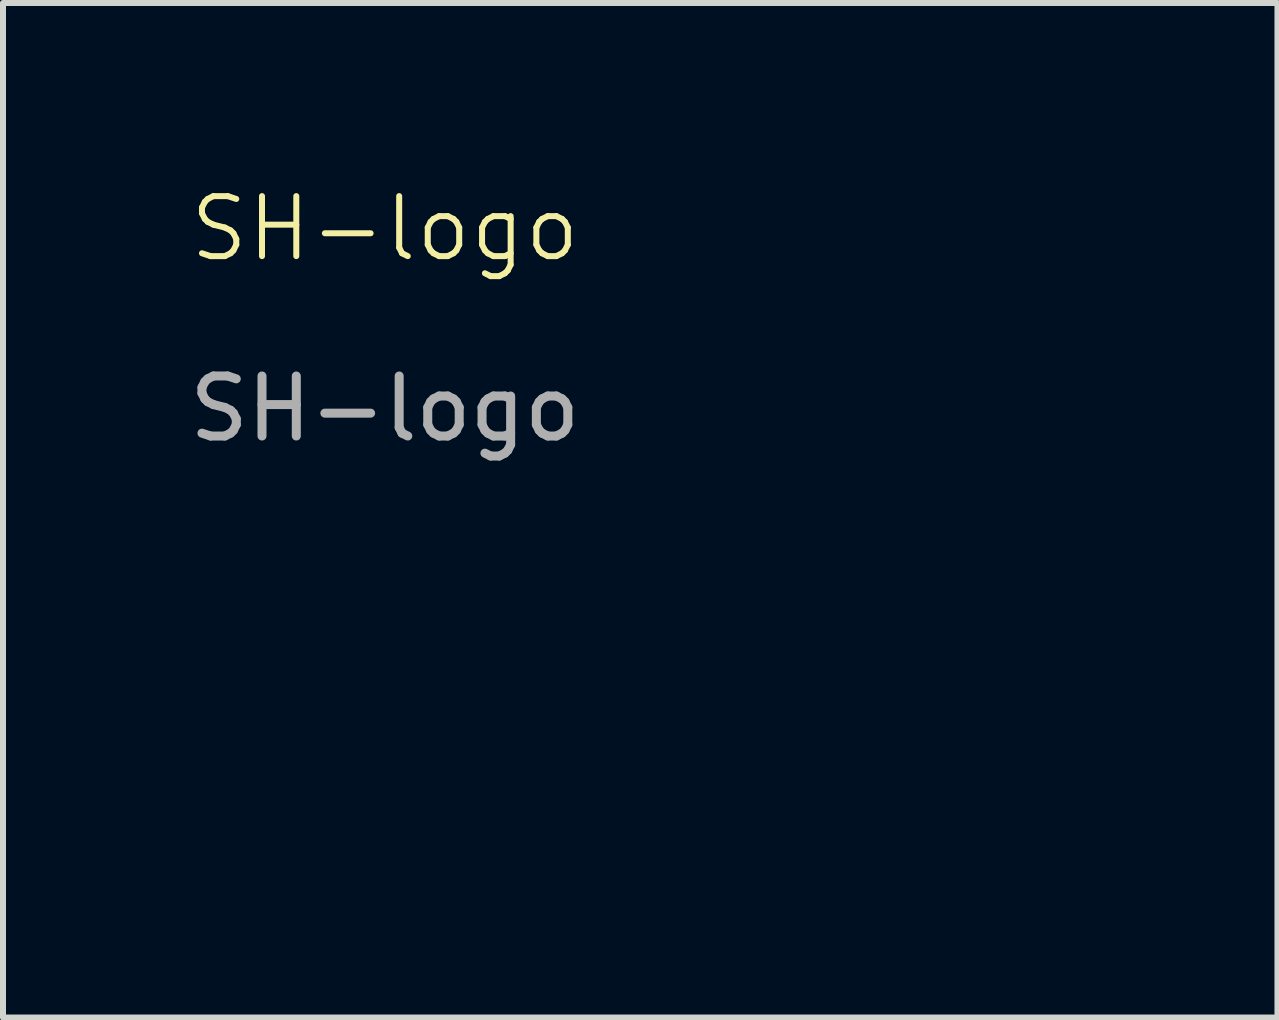
<source format=kicad_pcb>
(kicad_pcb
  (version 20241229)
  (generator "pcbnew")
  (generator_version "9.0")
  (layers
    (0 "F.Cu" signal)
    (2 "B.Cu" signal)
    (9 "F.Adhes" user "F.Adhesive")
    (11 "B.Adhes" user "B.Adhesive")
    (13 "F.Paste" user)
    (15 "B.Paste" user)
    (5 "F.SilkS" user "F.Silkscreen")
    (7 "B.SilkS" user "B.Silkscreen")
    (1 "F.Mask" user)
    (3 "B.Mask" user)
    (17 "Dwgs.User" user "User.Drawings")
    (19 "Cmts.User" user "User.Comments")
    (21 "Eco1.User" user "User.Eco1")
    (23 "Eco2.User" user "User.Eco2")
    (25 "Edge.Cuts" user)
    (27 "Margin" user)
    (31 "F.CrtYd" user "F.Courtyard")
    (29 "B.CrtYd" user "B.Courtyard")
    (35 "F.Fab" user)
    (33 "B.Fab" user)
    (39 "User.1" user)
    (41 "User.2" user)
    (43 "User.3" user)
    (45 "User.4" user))
  (footprint "SH-logo"
    (layer "F.Cu")
    (at 3.363 1.26)
    (property "Reference" "SH-logo" (at 0 -0.5 0) (unlocked yes) (layer "F.SilkS") (effects (font (size 1 1) (thickness 0.1))))
    (attr smd)
    (fp_poly (pts (xy 4.346 8.622) (xy 4.149 8.622) (xy 4.149 8.453) (xy 4.346 8.453)) (stroke (width 0) (type solid)) (fill yes) (layer "F.Mask"))
    (fp_poly (pts (xy 4.346 9.384) (xy 4.149 9.384) (xy 4.149 8.707) (xy 4.346 8.707)) (stroke (width 0) (type solid)) (fill yes) (layer "F.Mask"))
    (fp_poly (pts (xy 8.834 9.384) (xy 8.622 9.384) (xy 8.622 9.158) (xy 8.834 9.158)) (stroke (width 0) (type solid)) (fill yes) (layer "F.Mask"))
    (fp_poly (pts (xy 6.548 8.848) (xy 6.9 8.848) (xy 6.9 8.495) (xy 7.126 8.495) (xy 7.126 9.384) (xy 6.9 9.384) (xy 6.9 9.017) (xy 6.548 9.017) (xy 6.548 9.384) (xy 6.322 9.384) (xy 6.322 8.495) (xy 6.548 8.495)) (stroke (width 0) (type solid)) (fill yes) (layer "F.Mask"))
    (fp_poly (pts (xy 4.022 8.87) (xy 3.94 8.865) (xy 3.927 8.864) (xy 3.915 8.863) (xy 3.905 8.863) (xy 3.895 8.863) (xy 3.886 8.863) (xy 3.882 8.863) (xy 3.878 8.863) (xy 3.875 8.864) (xy 3.871 8.865) (xy 3.868 8.865) (xy 3.864 8.866) (xy 3.861 8.867) (xy 3.858 8.868) (xy 3.854 8.869) (xy 3.851 8.87) (xy 3.848 8.872) (xy 3.845 8.873) (xy 3.842 8.875) (xy 3.839 8.877) (xy 3.833 8.881) (xy 3.827 8.886) (xy 3.82 8.891) (xy 3.813 8.897) (xy 3.802 8.906) (xy 3.793 8.916) (xy 3.784 8.927) (xy 3.776 8.938) (xy 3.77 8.95) (xy 3.764 8.964) (xy 3.758 8.979) (xy 3.754 8.995) (xy 3.75 9.014) (xy 3.747 9.034) (xy 3.745 9.057) (xy 3.743 9.082) (xy 3.741 9.11) (xy 3.74 9.14) (xy 3.739 9.21) (xy 3.739 9.384) (xy 3.542 9.384) (xy 3.542 8.707) (xy 3.739 8.707) (xy 3.739 8.825) (xy 3.793 8.773) (xy 3.799 8.767) (xy 3.805 8.762) (xy 3.811 8.756) (xy 3.817 8.751) (xy 3.824 8.746) (xy 3.83 8.741) (xy 3.837 8.736) (xy 3.844 8.731) (xy 3.85 8.727) (xy 3.857 8.723) (xy 3.863 8.719) (xy 3.869 8.716) (xy 3.874 8.713) (xy 3.88 8.71) (xy 3.885 8.708) (xy 3.889 8.707) (xy 3.898 8.704) (xy 3.909 8.702) (xy 3.92 8.7) (xy 3.932 8.698) (xy 3.944 8.696) (xy 3.955 8.695) (xy 3.966 8.694) (xy 3.972 8.694) (xy 3.977 8.694) (xy 4.022 8.692)) (stroke (width 0) (type solid)) (fill yes) (layer "F.Mask"))
    (fp_poly (pts (xy 2.865 8.939) (xy 2.865 8.977) (xy 2.865 9.011) (xy 2.865 9.041) (xy 2.865 9.067) (xy 2.866 9.09) (xy 2.867 9.11) (xy 2.867 9.118) (xy 2.868 9.126) (xy 2.868 9.134) (xy 2.869 9.141) (xy 2.87 9.147) (xy 2.871 9.153) (xy 2.872 9.158) (xy 2.873 9.163) (xy 2.874 9.168) (xy 2.875 9.172) (xy 2.876 9.176) (xy 2.878 9.179) (xy 2.879 9.182) (xy 2.881 9.185) (xy 2.882 9.188) (xy 2.884 9.191) (xy 2.886 9.193) (xy 2.888 9.196) (xy 2.89 9.198) (xy 2.893 9.2) (xy 2.896 9.204) (xy 2.9 9.207) (xy 2.904 9.21) (xy 2.908 9.212) (xy 2.913 9.215) (xy 2.917 9.217) (xy 2.922 9.219) (xy 2.927 9.221) (xy 2.937 9.224) (xy 2.947 9.226) (xy 2.958 9.228) (xy 2.969 9.228) (xy 2.98 9.228) (xy 2.991 9.226) (xy 3.002 9.224) (xy 3.012 9.221) (xy 3.023 9.217) (xy 3.028 9.215) (xy 3.033 9.212) (xy 3.037 9.21) (xy 3.042 9.207) (xy 3.046 9.204) (xy 3.051 9.2) (xy 3.06 9.193) (xy 3.068 9.184) (xy 3.075 9.174) (xy 3.082 9.162) (xy 3.088 9.149) (xy 3.094 9.134) (xy 3.099 9.117) (xy 3.103 9.099) (xy 3.107 9.079) (xy 3.11 9.057) (xy 3.113 9.033) (xy 3.115 9.006) (xy 3.117 8.978) (xy 3.118 8.947) (xy 3.119 8.877) (xy 3.119 8.707) (xy 3.316 8.707) (xy 3.316 9.384) (xy 3.119 9.384) (xy 3.119 9.284) (xy 3.066 9.325) (xy 3.047 9.339) (xy 3.028 9.351) (xy 3.008 9.362) (xy 2.989 9.371) (xy 2.969 9.379) (xy 2.949 9.385) (xy 2.929 9.389) (xy 2.909 9.392) (xy 2.89 9.393) (xy 2.87 9.393) (xy 2.85 9.391) (xy 2.831 9.387) (xy 2.811 9.382) (xy 2.792 9.375) (xy 2.773 9.366) (xy 2.754 9.356) (xy 2.74 9.346) (xy 2.727 9.337) (xy 2.715 9.327) (xy 2.705 9.316) (xy 2.696 9.303) (xy 2.688 9.289) (xy 2.682 9.273) (xy 2.676 9.255) (xy 2.671 9.233) (xy 2.667 9.209) (xy 2.664 9.18) (xy 2.662 9.148) (xy 2.658 9.07) (xy 2.656 8.97) (xy 2.65 8.707) (xy 2.865 8.707)) (stroke (width 0) (type solid)) (fill yes) (layer "F.Mask"))
    (fp_poly (pts (xy 5.008 8.698) (xy 5.018 8.698) (xy 5.028 8.699) (xy 5.038 8.701) (xy 5.048 8.703) (xy 5.058 8.705) (xy 5.067 8.707) (xy 5.077 8.71) (xy 5.086 8.714) (xy 5.095 8.717) (xy 5.104 8.721) (xy 5.113 8.726) (xy 5.121 8.73) (xy 5.13 8.736) (xy 5.138 8.741) (xy 5.145 8.747) (xy 5.153 8.753) (xy 5.16 8.759) (xy 5.167 8.766) (xy 5.173 8.773) (xy 5.179 8.78) (xy 5.185 8.788) (xy 5.19 8.796) (xy 5.195 8.804) (xy 5.2 8.812) (xy 5.208 8.831) (xy 5.211 8.841) (xy 5.215 8.851) (xy 5.217 8.862) (xy 5.22 8.874) (xy 5.224 8.904) (xy 5.227 8.942) (xy 5.229 8.99) (xy 5.231 9.05) (xy 5.232 9.126) (xy 5.238 9.384) (xy 5.024 9.384) (xy 5.024 9.164) (xy 5.023 9.116) (xy 5.023 9.074) (xy 5.022 9.037) (xy 5.021 9.02) (xy 5.02 9.004) (xy 5.019 8.989) (xy 5.018 8.976) (xy 5.016 8.963) (xy 5.015 8.951) (xy 5.013 8.94) (xy 5.01 8.93) (xy 5.008 8.921) (xy 5.005 8.913) (xy 5.002 8.905) (xy 4.999 8.898) (xy 4.996 8.892) (xy 4.992 8.887) (xy 4.988 8.882) (xy 4.983 8.878) (xy 4.978 8.875) (xy 4.973 8.871) (xy 4.967 8.869) (xy 4.961 8.867) (xy 4.955 8.865) (xy 4.948 8.864) (xy 4.941 8.863) (xy 4.933 8.862) (xy 4.925 8.862) (xy 4.916 8.862) (xy 4.911 8.862) (xy 4.905 8.862) (xy 4.9 8.863) (xy 4.894 8.864) (xy 4.889 8.865) (xy 4.884 8.866) (xy 4.878 8.868) (xy 4.873 8.87) (xy 4.868 8.872) (xy 4.863 8.875) (xy 4.858 8.877) (xy 4.853 8.88) (xy 4.848 8.883) (xy 4.844 8.886) (xy 4.839 8.889) (xy 4.835 8.893) (xy 4.826 8.901) (xy 4.818 8.909) (xy 4.811 8.918) (xy 4.804 8.928) (xy 4.798 8.938) (xy 4.795 8.943) (xy 4.792 8.949) (xy 4.79 8.954) (xy 4.788 8.96) (xy 4.785 8.966) (xy 4.784 8.972) (xy 4.781 8.986) (xy 4.778 9.006) (xy 4.776 9.031) (xy 4.774 9.061) (xy 4.772 9.094) (xy 4.771 9.129) (xy 4.77 9.166) (xy 4.77 9.203) (xy 4.77 9.384) (xy 4.572 9.384) (xy 4.572 8.707) (xy 4.77 8.707) (xy 4.77 8.807) (xy 4.823 8.764) (xy 4.829 8.76) (xy 4.835 8.756) (xy 4.841 8.752) (xy 4.847 8.747) (xy 4.861 8.739) (xy 4.875 8.731) (xy 4.888 8.724) (xy 4.895 8.72) (xy 4.902 8.717) (xy 4.908 8.714) (xy 4.914 8.712) (xy 4.92 8.71) (xy 4.925 8.708) (xy 4.935 8.705) (xy 4.945 8.703) (xy 4.956 8.701) (xy 4.966 8.699) (xy 4.977 8.698) (xy 4.987 8.698) (xy 4.997 8.697)) (stroke (width 0) (type solid)) (fill yes) (layer "F.Mask"))
    (fp_poly (pts (xy 9.403 8.696) (xy 9.417 8.696) (xy 9.431 8.697) (xy 9.445 8.699) (xy 9.459 8.7) (xy 9.473 8.702) (xy 9.488 8.705) (xy 9.503 8.708) (xy 9.518 8.711) (xy 9.588 8.728) (xy 9.593 8.808) (xy 9.597 8.889) (xy 9.548 8.869) (xy 9.538 8.865) (xy 9.527 8.861) (xy 9.517 8.858) (xy 9.506 8.856) (xy 9.496 8.854) (xy 9.485 8.852) (xy 9.474 8.85) (xy 9.463 8.849) (xy 9.452 8.849) (xy 9.442 8.848) (xy 9.431 8.849) (xy 9.42 8.849) (xy 9.409 8.85) (xy 9.399 8.851) (xy 9.388 8.853) (xy 9.378 8.855) (xy 9.368 8.857) (xy 9.358 8.86) (xy 9.349 8.863) (xy 9.339 8.866) (xy 9.33 8.87) (xy 9.322 8.873) (xy 9.313 8.878) (xy 9.305 8.882) (xy 9.298 8.887) (xy 9.291 8.892) (xy 9.284 8.898) (xy 9.278 8.904) (xy 9.272 8.91) (xy 9.267 8.916) (xy 9.262 8.923) (xy 9.258 8.93) (xy 9.254 8.938) (xy 9.25 8.947) (xy 9.246 8.957) (xy 9.243 8.966) (xy 9.241 8.976) (xy 9.238 8.986) (xy 9.236 8.995) (xy 9.235 9.005) (xy 9.234 9.015) (xy 9.233 9.025) (xy 9.233 9.035) (xy 9.233 9.046) (xy 9.234 9.056) (xy 9.235 9.066) (xy 9.236 9.075) (xy 9.237 9.085) (xy 9.24 9.095) (xy 9.242 9.105) (xy 9.245 9.114) (xy 9.248 9.123) (xy 9.251 9.132) (xy 9.255 9.141) (xy 9.259 9.149) (xy 9.264 9.158) (xy 9.269 9.165) (xy 9.274 9.173) (xy 9.279 9.18) (xy 9.285 9.187) (xy 9.291 9.194) (xy 9.298 9.2) (xy 9.305 9.205) (xy 9.312 9.21) (xy 9.323 9.217) (xy 9.335 9.223) (xy 9.348 9.228) (xy 9.362 9.233) (xy 9.376 9.236) (xy 9.391 9.239) (xy 9.407 9.241) (xy 9.422 9.242) (xy 9.438 9.243) (xy 9.454 9.242) (xy 9.471 9.241) (xy 9.487 9.239) (xy 9.502 9.236) (xy 9.518 9.232) (xy 9.533 9.227) (xy 9.548 9.222) (xy 9.597 9.202) (xy 9.593 9.282) (xy 9.588 9.363) (xy 9.511 9.381) (xy 9.493 9.385) (xy 9.474 9.388) (xy 9.455 9.39) (xy 9.436 9.391) (xy 9.415 9.392) (xy 9.395 9.392) (xy 9.375 9.391) (xy 9.354 9.39) (xy 9.334 9.388) (xy 9.314 9.386) (xy 9.295 9.383) (xy 9.276 9.379) (xy 9.257 9.374) (xy 9.24 9.369) (xy 9.223 9.363) (xy 9.207 9.357) (xy 9.193 9.35) (xy 9.179 9.342) (xy 9.165 9.334) (xy 9.152 9.325) (xy 9.139 9.316) (xy 9.127 9.306) (xy 9.116 9.295) (xy 9.105 9.284) (xy 9.095 9.272) (xy 9.085 9.26) (xy 9.076 9.247) (xy 9.068 9.234) (xy 9.053 9.207) (xy 9.04 9.178) (xy 9.031 9.148) (xy 9.023 9.116) (xy 9.019 9.084) (xy 9.017 9.051) (xy 9.018 9.017) (xy 9.022 8.983) (xy 9.029 8.948) (xy 9.04 8.914) (xy 9.047 8.894) (xy 9.056 8.875) (xy 9.066 8.857) (xy 9.077 8.84) (xy 9.089 8.823) (xy 9.102 8.808) (xy 9.117 8.793) (xy 9.132 8.78) (xy 9.149 8.767) (xy 9.166 8.755) (xy 9.184 8.744) (xy 9.204 8.735) (xy 9.224 8.726) (xy 9.245 8.718) (xy 9.267 8.712) (xy 9.289 8.707) (xy 9.304 8.704) (xy 9.319 8.702) (xy 9.334 8.7) (xy 9.348 8.698) (xy 9.362 8.697) (xy 9.376 8.696) (xy 9.389 8.696)) (stroke (width 0) (type solid)) (fill yes) (layer "F.Mask"))
    (fp_poly (pts (xy 2.263 8.696) (xy 2.277 8.696) (xy 2.29 8.697) (xy 2.304 8.699) (xy 2.318 8.7) (xy 2.333 8.702) (xy 2.347 8.705) (xy 2.362 8.708) (xy 2.378 8.711) (xy 2.448 8.728) (xy 2.453 8.808) (xy 2.457 8.889) (xy 2.407 8.869) (xy 2.397 8.865) (xy 2.387 8.861) (xy 2.377 8.858) (xy 2.366 8.856) (xy 2.355 8.854) (xy 2.345 8.852) (xy 2.334 8.85) (xy 2.323 8.849) (xy 2.312 8.849) (xy 2.301 8.848) (xy 2.29 8.849) (xy 2.28 8.849) (xy 2.269 8.85) (xy 2.259 8.851) (xy 2.248 8.853) (xy 2.238 8.855) (xy 2.228 8.857) (xy 2.218 8.86) (xy 2.208 8.863) (xy 2.199 8.866) (xy 2.19 8.87) (xy 2.181 8.873) (xy 2.173 8.878) (xy 2.165 8.882) (xy 2.158 8.887) (xy 2.15 8.892) (xy 2.144 8.898) (xy 2.138 8.904) (xy 2.132 8.91) (xy 2.127 8.916) (xy 2.122 8.923) (xy 2.118 8.93) (xy 2.114 8.938) (xy 2.11 8.947) (xy 2.106 8.957) (xy 2.103 8.966) (xy 2.1 8.976) (xy 2.098 8.986) (xy 2.096 8.995) (xy 2.095 9.005) (xy 2.094 9.015) (xy 2.093 9.025) (xy 2.093 9.035) (xy 2.093 9.046) (xy 2.093 9.056) (xy 2.094 9.066) (xy 2.096 9.075) (xy 2.097 9.085) (xy 2.099 9.095) (xy 2.102 9.105) (xy 2.104 9.114) (xy 2.108 9.123) (xy 2.111 9.132) (xy 2.115 9.141) (xy 2.119 9.149) (xy 2.124 9.158) (xy 2.128 9.165) (xy 2.134 9.173) (xy 2.139 9.18) (xy 2.145 9.187) (xy 2.151 9.194) (xy 2.158 9.2) (xy 2.165 9.205) (xy 2.172 9.21) (xy 2.183 9.217) (xy 2.195 9.223) (xy 2.208 9.228) (xy 2.222 9.233) (xy 2.236 9.236) (xy 2.251 9.239) (xy 2.266 9.241) (xy 2.282 9.242) (xy 2.298 9.243) (xy 2.314 9.242) (xy 2.33 9.241) (xy 2.346 9.239) (xy 2.362 9.236) (xy 2.378 9.232) (xy 2.393 9.227) (xy 2.407 9.222) (xy 2.457 9.202) (xy 2.453 9.282) (xy 2.448 9.363) (xy 2.371 9.381) (xy 2.351 9.385) (xy 2.331 9.389) (xy 2.312 9.391) (xy 2.292 9.393) (xy 2.273 9.394) (xy 2.254 9.395) (xy 2.235 9.394) (xy 2.216 9.393) (xy 2.198 9.391) (xy 2.18 9.389) (xy 2.162 9.385) (xy 2.144 9.382) (xy 2.127 9.377) (xy 2.11 9.372) (xy 2.093 9.366) (xy 2.077 9.359) (xy 2.062 9.352) (xy 2.047 9.344) (xy 2.032 9.336) (xy 2.018 9.327) (xy 2.004 9.317) (xy 1.991 9.307) (xy 1.979 9.296) (xy 1.967 9.285) (xy 1.956 9.273) (xy 1.946 9.261) (xy 1.936 9.248) (xy 1.927 9.235) (xy 1.919 9.221) (xy 1.912 9.207) (xy 1.905 9.192) (xy 1.899 9.176) (xy 1.893 9.156) (xy 1.887 9.136) (xy 1.883 9.115) (xy 1.88 9.095) (xy 1.878 9.075) (xy 1.876 9.055) (xy 1.876 9.036) (xy 1.877 9.017) (xy 1.878 8.998) (xy 1.881 8.979) (xy 1.884 8.961) (xy 1.889 8.943) (xy 1.894 8.925) (xy 1.901 8.908) (xy 1.908 8.892) (xy 1.916 8.875) (xy 1.925 8.86) (xy 1.934 8.845) (xy 1.945 8.83) (xy 1.956 8.816) (xy 1.968 8.803) (xy 1.981 8.79) (xy 1.995 8.778) (xy 2.009 8.767) (xy 2.024 8.757) (xy 2.04 8.747) (xy 2.057 8.738) (xy 2.074 8.73) (xy 2.092 8.723) (xy 2.11 8.716) (xy 2.129 8.711) (xy 2.149 8.707) (xy 2.164 8.704) (xy 2.179 8.702) (xy 2.193 8.7) (xy 2.208 8.698) (xy 2.222 8.697) (xy 2.235 8.696) (xy 2.249 8.696)) (stroke (width 0) (type solid)) (fill yes) (layer "F.Mask"))
    (fp_poly (pts (xy 11.068 8.694) (xy 11.074 8.694) (xy 11.085 8.696) (xy 11.097 8.698) (xy 11.11 8.701) (xy 11.122 8.706) (xy 11.135 8.711) (xy 11.149 8.716) (xy 11.162 8.723) (xy 11.174 8.729) (xy 11.186 8.737) (xy 11.198 8.744) (xy 11.209 8.752) (xy 11.219 8.76) (xy 11.227 8.768) (xy 11.235 8.776) (xy 11.238 8.78) (xy 11.241 8.784) (xy 11.265 8.821) (xy 11.309 8.779) (xy 11.318 8.77) (xy 11.327 8.762) (xy 11.337 8.754) (xy 11.347 8.747) (xy 11.357 8.74) (xy 11.367 8.734) (xy 11.377 8.728) (xy 11.387 8.723) (xy 11.398 8.718) (xy 11.408 8.714) (xy 11.419 8.71) (xy 11.429 8.707) (xy 11.44 8.704) (xy 11.451 8.701) (xy 11.461 8.7) (xy 11.472 8.698) (xy 11.483 8.697) (xy 11.493 8.697) (xy 11.504 8.697) (xy 11.514 8.698) (xy 11.525 8.699) (xy 11.535 8.701) (xy 11.545 8.703) (xy 11.555 8.706) (xy 11.565 8.709) (xy 11.575 8.713) (xy 11.584 8.717) (xy 11.594 8.722) (xy 11.603 8.727) (xy 11.612 8.733) (xy 11.621 8.739) (xy 11.629 8.746) (xy 11.642 8.758) (xy 11.654 8.769) (xy 11.664 8.78) (xy 11.674 8.793) (xy 11.681 8.806) (xy 11.688 8.82) (xy 11.694 8.837) (xy 11.699 8.855) (xy 11.703 8.877) (xy 11.706 8.901) (xy 11.708 8.928) (xy 11.71 8.96) (xy 11.712 9.035) (xy 11.712 9.13) (xy 11.712 9.384) (xy 11.515 9.384) (xy 11.515 9.165) (xy 11.514 9.116) (xy 11.514 9.072) (xy 11.512 9.031) (xy 11.51 8.996) (xy 11.509 8.98) (xy 11.508 8.966) (xy 11.507 8.953) (xy 11.505 8.941) (xy 11.503 8.931) (xy 11.502 8.923) (xy 11.5 8.916) (xy 11.498 8.911) (xy 11.494 8.905) (xy 11.491 8.898) (xy 11.486 8.893) (xy 11.482 8.888) (xy 11.477 8.883) (xy 11.472 8.879) (xy 11.466 8.875) (xy 11.461 8.872) (xy 11.455 8.869) (xy 11.448 8.867) (xy 11.442 8.865) (xy 11.436 8.864) (xy 11.429 8.863) (xy 11.422 8.862) (xy 11.415 8.862) (xy 11.409 8.863) (xy 11.402 8.864) (xy 11.395 8.865) (xy 11.388 8.867) (xy 11.381 8.87) (xy 11.375 8.873) (xy 11.368 8.876) (xy 11.362 8.879) (xy 11.355 8.884) (xy 11.349 8.888) (xy 11.344 8.893) (xy 11.338 8.899) (xy 11.333 8.905) (xy 11.327 8.911) (xy 11.323 8.918) (xy 11.318 8.925) (xy 11.314 8.932) (xy 11.311 8.94) (xy 11.307 8.948) (xy 11.304 8.956) (xy 11.301 8.965) (xy 11.299 8.975) (xy 11.297 8.986) (xy 11.295 8.998) (xy 11.294 9.011) (xy 11.291 9.042) (xy 11.29 9.08) (xy 11.289 9.126) (xy 11.289 9.182) (xy 11.289 9.384) (xy 11.077 9.384) (xy 11.077 9.154) (xy 11.077 9.107) (xy 11.077 9.066) (xy 11.076 9.029) (xy 11.075 8.997) (xy 11.074 8.983) (xy 11.073 8.969) (xy 11.071 8.957) (xy 11.07 8.945) (xy 11.068 8.935) (xy 11.067 8.925) (xy 11.065 8.917) (xy 11.062 8.909) (xy 11.06 8.902) (xy 11.057 8.895) (xy 11.054 8.89) (xy 11.051 8.885) (xy 11.047 8.88) (xy 11.043 8.876) (xy 11.039 8.873) (xy 11.034 8.87) (xy 11.029 8.868) (xy 11.024 8.866) (xy 11.018 8.865) (xy 11.012 8.864) (xy 11.006 8.863) (xy 10.999 8.862) (xy 10.992 8.862) (xy 10.984 8.862) (xy 10.966 8.863) (xy 10.949 8.866) (xy 10.934 8.871) (xy 10.927 8.874) (xy 10.921 8.878) (xy 10.914 8.883) (xy 10.908 8.888) (xy 10.903 8.894) (xy 10.897 8.901) (xy 10.888 8.916) (xy 10.88 8.934) (xy 10.873 8.955) (xy 10.867 8.98) (xy 10.862 9.008) (xy 10.858 9.039) (xy 10.855 9.074) (xy 10.853 9.113) (xy 10.852 9.156) (xy 10.851 9.203) (xy 10.851 9.384) (xy 10.654 9.384) (xy 10.654 8.707) (xy 10.851 8.707) (xy 10.851 8.811) (xy 10.891 8.773) (xy 10.895 8.769) (xy 10.9 8.765) (xy 10.91 8.757) (xy 10.921 8.749) (xy 10.933 8.741) (xy 10.945 8.733) (xy 10.951 8.729) (xy 10.956 8.726) (xy 10.962 8.723) (xy 10.968 8.72) (xy 10.973 8.717) (xy 10.978 8.715) (xy 10.984 8.713) (xy 10.989 8.711) (xy 11 8.707) (xy 11.012 8.703) (xy 11.023 8.7) (xy 11.035 8.698) (xy 11.04 8.696) (xy 11.045 8.696) (xy 11.05 8.695) (xy 11.055 8.694) (xy 11.059 8.694) (xy 11.063 8.694)) (stroke (width 0) (type solid)) (fill yes) (layer "F.Mask"))
    (fp_poly (pts (xy 8.093 8.787) (xy 8.106 8.847) (xy 8.12 8.904) (xy 8.144 9.003) (xy 8.162 9.075) (xy 8.168 9.097) (xy 8.172 9.109) (xy 8.176 9.121) (xy 8.178 9.124) (xy 8.18 9.126) (xy 8.183 9.124) (xy 8.185 9.12) (xy 8.189 9.113) (xy 8.193 9.101) (xy 8.203 9.065) (xy 8.217 9.008) (xy 8.262 8.819) (xy 8.31 8.618) (xy 8.326 8.551) (xy 8.334 8.519) (xy 8.335 8.515) (xy 8.337 8.512) (xy 8.339 8.509) (xy 8.342 8.507) (xy 8.345 8.505) (xy 8.349 8.503) (xy 8.354 8.501) (xy 8.36 8.499) (xy 8.366 8.498) (xy 8.374 8.497) (xy 8.383 8.496) (xy 8.393 8.496) (xy 8.417 8.495) (xy 8.447 8.495) (xy 8.464 8.495) (xy 8.479 8.495) (xy 8.492 8.495) (xy 8.498 8.495) (xy 8.503 8.496) (xy 8.508 8.496) (xy 8.513 8.496) (xy 8.518 8.497) (xy 8.522 8.497) (xy 8.525 8.497) (xy 8.529 8.498) (xy 8.532 8.498) (xy 8.534 8.499) (xy 8.537 8.5) (xy 8.539 8.5) (xy 8.541 8.501) (xy 8.542 8.502) (xy 8.543 8.502) (xy 8.544 8.503) (xy 8.544 8.503) (xy 8.545 8.504) (xy 8.545 8.504) (xy 8.546 8.505) (xy 8.546 8.506) (xy 8.547 8.506) (xy 8.547 8.507) (xy 8.547 8.507) (xy 8.547 8.508) (xy 8.547 8.509) (xy 8.547 8.51) (xy 8.547 8.512) (xy 8.547 8.513) (xy 8.547 8.515) (xy 8.546 8.517) (xy 8.546 8.519) (xy 8.513 8.653) (xy 8.445 8.939) (xy 8.378 9.226) (xy 8.356 9.319) (xy 8.345 9.36) (xy 8.344 9.364) (xy 8.342 9.367) (xy 8.34 9.37) (xy 8.337 9.373) (xy 8.333 9.375) (xy 8.329 9.377) (xy 8.324 9.379) (xy 8.317 9.38) (xy 8.309 9.381) (xy 8.3 9.382) (xy 8.289 9.382) (xy 8.277 9.382) (xy 8.247 9.382) (xy 8.208 9.381) (xy 8.079 9.377) (xy 8.001 9.048) (xy 7.985 8.983) (xy 7.97 8.921) (xy 7.956 8.866) (xy 7.944 8.817) (xy 7.933 8.777) (xy 7.924 8.747) (xy 7.918 8.727) (xy 7.916 8.722) (xy 7.915 8.721) (xy 7.915 8.721) (xy 7.914 8.722) (xy 7.912 8.727) (xy 7.906 8.747) (xy 7.887 8.817) (xy 7.861 8.921) (xy 7.83 9.048) (xy 7.753 9.377) (xy 7.624 9.381) (xy 7.604 9.382) (xy 7.586 9.382) (xy 7.57 9.382) (xy 7.556 9.382) (xy 7.549 9.382) (xy 7.543 9.382) (xy 7.538 9.382) (xy 7.533 9.382) (xy 7.528 9.381) (xy 7.523 9.381) (xy 7.519 9.381) (xy 7.516 9.38) (xy 7.512 9.379) (xy 7.509 9.379) (xy 7.506 9.378) (xy 7.504 9.377) (xy 7.501 9.376) (xy 7.499 9.375) (xy 7.497 9.374) (xy 7.496 9.373) (xy 7.494 9.372) (xy 7.493 9.37) (xy 7.492 9.369) (xy 7.491 9.367) (xy 7.49 9.366) (xy 7.489 9.364) (xy 7.488 9.362) (xy 7.487 9.36) (xy 7.381 8.922) (xy 7.281 8.499) (xy 7.282 8.499) (xy 7.283 8.498) (xy 7.29 8.497) (xy 7.299 8.497) (xy 7.312 8.496) (xy 7.345 8.495) (xy 7.386 8.495) (xy 7.402 8.495) (xy 7.416 8.495) (xy 7.429 8.495) (xy 7.434 8.496) (xy 7.44 8.496) (xy 7.445 8.496) (xy 7.45 8.496) (xy 7.454 8.497) (xy 7.459 8.497) (xy 7.463 8.498) (xy 7.466 8.498) (xy 7.47 8.499) (xy 7.473 8.499) (xy 7.476 8.5) (xy 7.479 8.501) (xy 7.481 8.502) (xy 7.483 8.503) (xy 7.485 8.504) (xy 7.487 8.505) (xy 7.489 8.506) (xy 7.491 8.507) (xy 7.492 8.508) (xy 7.493 8.509) (xy 7.494 8.511) (xy 7.495 8.512) (xy 7.496 8.514) (xy 7.497 8.515) (xy 7.498 8.517) (xy 7.499 8.519) (xy 7.523 8.618) (xy 7.571 8.819) (xy 7.594 8.918) (xy 7.603 8.958) (xy 7.612 8.993) (xy 7.619 9.024) (xy 7.625 9.049) (xy 7.63 9.07) (xy 7.633 9.08) (xy 7.635 9.088) (xy 7.637 9.095) (xy 7.639 9.102) (xy 7.64 9.107) (xy 7.642 9.112) (xy 7.643 9.116) (xy 7.645 9.12) (xy 7.646 9.123) (xy 7.647 9.125) (xy 7.648 9.126) (xy 7.648 9.127) (xy 7.649 9.128) (xy 7.649 9.128) (xy 7.649 9.129) (xy 7.65 9.129) (xy 7.65 9.13) (xy 7.651 9.13) (xy 7.651 9.13) (xy 7.652 9.13) (xy 7.652 9.13) (xy 7.652 9.13) (xy 7.653 9.129) (xy 7.653 9.129) (xy 7.654 9.128) (xy 7.656 9.121) (xy 7.662 9.102) (xy 7.68 9.032) (xy 7.705 8.931) (xy 7.734 8.808) (xy 7.809 8.495) (xy 8.024 8.495)) (stroke (width 0) (type solid)) (fill yes) (layer "F.Mask"))
    (fp_poly (pts (xy 10.147 8.7) (xy 10.179 8.704) (xy 10.209 8.709) (xy 10.239 8.716) (xy 10.268 8.725) (xy 10.296 8.736) (xy 10.322 8.748) (xy 10.335 8.755) (xy 10.346 8.762) (xy 10.358 8.77) (xy 10.369 8.778) (xy 10.379 8.786) (xy 10.389 8.794) (xy 10.398 8.803) (xy 10.406 8.813) (xy 10.414 8.822) (xy 10.421 8.832) (xy 10.43 8.847) (xy 10.439 8.863) (xy 10.446 8.879) (xy 10.453 8.896) (xy 10.46 8.914) (xy 10.465 8.932) (xy 10.47 8.951) (xy 10.473 8.97) (xy 10.476 8.989) (xy 10.478 9.009) (xy 10.48 9.029) (xy 10.48 9.048) (xy 10.479 9.068) (xy 10.478 9.087) (xy 10.475 9.107) (xy 10.472 9.126) (xy 10.467 9.147) (xy 10.462 9.167) (xy 10.456 9.185) (xy 10.45 9.203) (xy 10.443 9.219) (xy 10.435 9.235) (xy 10.426 9.25) (xy 10.422 9.257) (xy 10.417 9.263) (xy 10.412 9.27) (xy 10.406 9.276) (xy 10.395 9.289) (xy 10.383 9.3) (xy 10.369 9.312) (xy 10.355 9.322) (xy 10.34 9.332) (xy 10.323 9.342) (xy 10.305 9.351) (xy 10.281 9.363) (xy 10.27 9.368) (xy 10.259 9.372) (xy 10.249 9.376) (xy 10.238 9.379) (xy 10.228 9.381) (xy 10.218 9.384) (xy 10.207 9.386) (xy 10.196 9.387) (xy 10.185 9.388) (xy 10.172 9.389) (xy 10.159 9.389) (xy 10.144 9.39) (xy 10.111 9.39) (xy 10.093 9.389) (xy 10.076 9.388) (xy 10.06 9.387) (xy 10.043 9.385) (xy 10.028 9.383) (xy 10.012 9.38) (xy 9.997 9.377) (xy 9.983 9.374) (xy 9.969 9.369) (xy 9.955 9.365) (xy 9.942 9.36) (xy 9.929 9.354) (xy 9.917 9.349) (xy 9.905 9.342) (xy 9.893 9.335) (xy 9.882 9.328) (xy 9.871 9.32) (xy 9.861 9.312) (xy 9.851 9.304) (xy 9.842 9.295) (xy 9.833 9.285) (xy 9.824 9.275) (xy 9.816 9.265) (xy 9.809 9.254) (xy 9.801 9.243) (xy 9.795 9.231) (xy 9.788 9.219) (xy 9.782 9.207) (xy 9.777 9.194) (xy 9.772 9.18) (xy 9.768 9.167) (xy 9.763 9.152) (xy 9.759 9.135) (xy 9.756 9.117) (xy 9.754 9.099) (xy 9.753 9.079) (xy 9.752 9.059) (xy 9.753 9.039) (xy 9.753 9.038) (xy 9.967 9.038) (xy 9.967 9.064) (xy 9.97 9.09) (xy 9.975 9.117) (xy 9.977 9.124) (xy 9.979 9.131) (xy 9.981 9.138) (xy 9.983 9.145) (xy 9.986 9.151) (xy 9.988 9.158) (xy 9.991 9.164) (xy 9.994 9.17) (xy 9.997 9.175) (xy 10.001 9.181) (xy 10.004 9.186) (xy 10.008 9.191) (xy 10.012 9.196) (xy 10.016 9.201) (xy 10.02 9.205) (xy 10.025 9.209) (xy 10.029 9.213) (xy 10.034 9.217) (xy 10.038 9.22) (xy 10.043 9.224) (xy 10.048 9.227) (xy 10.054 9.229) (xy 10.059 9.232) (xy 10.064 9.234) (xy 10.07 9.236) (xy 10.076 9.238) (xy 10.081 9.239) (xy 10.087 9.241) (xy 10.093 9.242) (xy 10.1 9.242) (xy 10.106 9.243) (xy 10.112 9.243) (xy 10.13 9.242) (xy 10.139 9.241) (xy 10.147 9.24) (xy 10.156 9.238) (xy 10.163 9.236) (xy 10.171 9.234) (xy 10.178 9.231) (xy 10.185 9.228) (xy 10.191 9.225) (xy 10.197 9.221) (xy 10.203 9.216) (xy 10.209 9.212) (xy 10.214 9.207) (xy 10.219 9.201) (xy 10.223 9.195) (xy 10.228 9.189) (xy 10.232 9.182) (xy 10.236 9.175) (xy 10.239 9.168) (xy 10.242 9.16) (xy 10.245 9.152) (xy 10.25 9.134) (xy 10.254 9.114) (xy 10.257 9.093) (xy 10.258 9.07) (xy 10.259 9.045) (xy 10.258 9.028) (xy 10.258 9.012) (xy 10.256 8.996) (xy 10.254 8.981) (xy 10.252 8.966) (xy 10.248 8.953) (xy 10.245 8.94) (xy 10.243 8.934) (xy 10.241 8.928) (xy 10.238 8.922) (xy 10.236 8.916) (xy 10.233 8.911) (xy 10.231 8.906) (xy 10.228 8.901) (xy 10.225 8.896) (xy 10.222 8.892) (xy 10.219 8.887) (xy 10.216 8.883) (xy 10.212 8.88) (xy 10.209 8.876) (xy 10.205 8.873) (xy 10.201 8.87) (xy 10.198 8.867) (xy 10.194 8.864) (xy 10.19 8.862) (xy 10.186 8.86) (xy 10.183 8.859) (xy 10.179 8.858) (xy 10.175 8.857) (xy 10.165 8.854) (xy 10.155 8.852) (xy 10.144 8.85) (xy 10.133 8.849) (xy 10.127 8.848) (xy 10.121 8.848) (xy 10.116 8.848) (xy 10.111 8.848) (xy 10.101 8.848) (xy 10.091 8.849) (xy 10.082 8.851) (xy 10.073 8.853) (xy 10.064 8.856) (xy 10.056 8.86) (xy 10.048 8.864) (xy 10.04 8.869) (xy 10.033 8.875) (xy 10.026 8.881) (xy 10.019 8.888) (xy 10.013 8.895) (xy 10.007 8.902) (xy 10.001 8.91) (xy 9.996 8.919) (xy 9.991 8.928) (xy 9.987 8.937) (xy 9.983 8.947) (xy 9.976 8.968) (xy 9.971 8.99) (xy 9.968 9.014) (xy 9.967 9.038) (xy 9.753 9.038) (xy 9.754 9.019) (xy 9.756 8.999) (xy 9.758 8.979) (xy 9.762 8.959) (xy 9.766 8.94) (xy 9.771 8.921) (xy 9.777 8.904) (xy 9.784 8.887) (xy 9.791 8.871) (xy 9.799 8.856) (xy 9.807 8.842) (xy 9.816 8.829) (xy 9.825 8.817) (xy 9.834 8.805) (xy 9.844 8.794) (xy 9.854 8.784) (xy 9.865 8.775) (xy 9.876 8.766) (xy 9.888 8.758) (xy 9.9 8.751) (xy 9.913 8.744) (xy 9.927 8.737) (xy 9.942 8.731) (xy 9.958 8.725) (xy 9.974 8.719) (xy 9.992 8.714) (xy 10.007 8.71) (xy 10.022 8.707) (xy 10.038 8.704) (xy 10.053 8.702) (xy 10.084 8.699) (xy 10.116 8.699)) (stroke (width 0) (type solid)) (fill yes) (layer "F.Mask"))
    (fp_poly (pts (xy 1.424 8.699) (xy 1.443 8.7) (xy 1.462 8.702) (xy 1.481 8.705) (xy 1.499 8.708) (xy 1.517 8.712) (xy 1.534 8.716) (xy 1.55 8.721) (xy 1.565 8.727) (xy 1.579 8.733) (xy 1.599 8.744) (xy 1.617 8.756) (xy 1.634 8.768) (xy 1.649 8.781) (xy 1.664 8.795) (xy 1.678 8.81) (xy 1.69 8.826) (xy 1.701 8.844) (xy 1.711 8.862) (xy 1.72 8.882) (xy 1.729 8.902) (xy 1.736 8.924) (xy 1.742 8.948) (xy 1.747 8.973) (xy 1.752 8.999) (xy 1.755 9.027) (xy 1.765 9.102) (xy 1.51 9.102) (xy 1.451 9.102) (xy 1.399 9.103) (xy 1.356 9.104) (xy 1.337 9.105) (xy 1.32 9.106) (xy 1.305 9.107) (xy 1.292 9.108) (xy 1.281 9.109) (xy 1.272 9.11) (xy 1.265 9.111) (xy 1.26 9.113) (xy 1.258 9.113) (xy 1.257 9.114) (xy 1.256 9.115) (xy 1.256 9.116) (xy 1.256 9.119) (xy 1.256 9.123) (xy 1.257 9.126) (xy 1.258 9.13) (xy 1.259 9.134) (xy 1.26 9.138) (xy 1.264 9.147) (xy 1.268 9.155) (xy 1.272 9.164) (xy 1.278 9.173) (xy 1.283 9.182) (xy 1.29 9.19) (xy 1.296 9.198) (xy 1.303 9.206) (xy 1.311 9.214) (xy 1.318 9.22) (xy 1.326 9.226) (xy 1.329 9.229) (xy 1.333 9.232) (xy 1.337 9.234) (xy 1.341 9.236) (xy 1.355 9.242) (xy 1.371 9.248) (xy 1.388 9.252) (xy 1.407 9.254) (xy 1.426 9.256) (xy 1.447 9.256) (xy 1.469 9.255) (xy 1.491 9.253) (xy 1.514 9.25) (xy 1.539 9.245) (xy 1.564 9.24) (xy 1.589 9.233) (xy 1.615 9.225) (xy 1.642 9.215) (xy 1.67 9.205) (xy 1.698 9.193) (xy 1.701 9.192) (xy 1.705 9.191) (xy 1.708 9.191) (xy 1.709 9.191) (xy 1.71 9.191) (xy 1.711 9.191) (xy 1.713 9.191) (xy 1.714 9.192) (xy 1.714 9.193) (xy 1.715 9.194) (xy 1.716 9.195) (xy 1.717 9.198) (xy 1.719 9.202) (xy 1.72 9.207) (xy 1.72 9.214) (xy 1.721 9.221) (xy 1.721 9.229) (xy 1.721 9.239) (xy 1.722 9.263) (xy 1.722 9.34) (xy 1.641 9.366) (xy 1.621 9.371) (xy 1.598 9.375) (xy 1.573 9.379) (xy 1.547 9.383) (xy 1.519 9.386) (xy 1.49 9.388) (xy 1.461 9.389) (xy 1.431 9.39) (xy 1.392 9.39) (xy 1.375 9.39) (xy 1.359 9.389) (xy 1.346 9.388) (xy 1.333 9.387) (xy 1.321 9.386) (xy 1.31 9.384) (xy 1.299 9.382) (xy 1.289 9.379) (xy 1.278 9.375) (xy 1.268 9.371) (xy 1.257 9.367) (xy 1.245 9.361) (xy 1.233 9.355) (xy 1.219 9.349) (xy 1.208 9.343) (xy 1.197 9.337) (xy 1.187 9.331) (xy 1.178 9.325) (xy 1.169 9.319) (xy 1.161 9.313) (xy 1.153 9.307) (xy 1.145 9.3) (xy 1.138 9.294) (xy 1.131 9.287) (xy 1.125 9.28) (xy 1.118 9.272) (xy 1.112 9.264) (xy 1.106 9.256) (xy 1.1 9.247) (xy 1.094 9.237) (xy 1.081 9.215) (xy 1.076 9.205) (xy 1.071 9.196) (xy 1.067 9.187) (xy 1.063 9.178) (xy 1.061 9.169) (xy 1.058 9.159) (xy 1.056 9.149) (xy 1.055 9.139) (xy 1.053 9.127) (xy 1.053 9.114) (xy 1.052 9.1) (xy 1.052 9.084) (xy 1.051 9.047) (xy 1.052 9.01) (xy 1.052 8.994) (xy 1.052 8.98) (xy 1.053 8.967) (xy 1.054 8.957) (xy 1.26 8.957) (xy 1.26 8.961) (xy 1.261 8.963) (xy 1.262 8.964) (xy 1.263 8.965) (xy 1.264 8.967) (xy 1.268 8.969) (xy 1.274 8.971) (xy 1.281 8.972) (xy 1.29 8.973) (xy 1.301 8.974) (xy 1.315 8.974) (xy 1.349 8.975) (xy 1.396 8.975) (xy 1.538 8.975) (xy 1.538 8.939) (xy 1.538 8.936) (xy 1.537 8.931) (xy 1.537 8.927) (xy 1.535 8.923) (xy 1.534 8.918) (xy 1.532 8.913) (xy 1.53 8.908) (xy 1.528 8.904) (xy 1.525 8.899) (xy 1.523 8.894) (xy 1.52 8.889) (xy 1.517 8.885) (xy 1.513 8.88) (xy 1.51 8.876) (xy 1.506 8.872) (xy 1.503 8.869) (xy 1.496 8.863) (xy 1.489 8.857) (xy 1.482 8.852) (xy 1.474 8.848) (xy 1.466 8.844) (xy 1.458 8.841) (xy 1.449 8.838) (xy 1.44 8.836) (xy 1.431 8.835) (xy 1.423 8.834) (xy 1.413 8.834) (xy 1.404 8.835) (xy 1.395 8.836) (xy 1.386 8.837) (xy 1.377 8.839) (xy 1.368 8.841) (xy 1.359 8.844) (xy 1.35 8.848) (xy 1.342 8.852) (xy 1.334 8.856) (xy 1.326 8.861) (xy 1.318 8.867) (xy 1.31 8.872) (xy 1.303 8.879) (xy 1.296 8.885) (xy 1.29 8.892) (xy 1.284 8.9) (xy 1.279 8.907) (xy 1.274 8.916) (xy 1.27 8.924) (xy 1.266 8.933) (xy 1.263 8.942) (xy 1.26 8.953) (xy 1.26 8.957) (xy 1.054 8.957) (xy 1.054 8.955) (xy 1.056 8.944) (xy 1.058 8.934) (xy 1.06 8.925) (xy 1.062 8.915) (xy 1.066 8.907) (xy 1.069 8.898) (xy 1.073 8.889) (xy 1.078 8.879) (xy 1.083 8.869) (xy 1.089 8.859) (xy 1.098 8.846) (xy 1.107 8.833) (xy 1.117 8.821) (xy 1.127 8.809) (xy 1.138 8.798) (xy 1.149 8.788) (xy 1.161 8.778) (xy 1.174 8.768) (xy 1.187 8.76) (xy 1.201 8.751) (xy 1.215 8.743) (xy 1.231 8.736) (xy 1.247 8.729) (xy 1.263 8.722) (xy 1.28 8.716) (xy 1.298 8.711) (xy 1.314 8.707) (xy 1.331 8.704) (xy 1.348 8.701) (xy 1.367 8.7) (xy 1.385 8.699) (xy 1.404 8.699)) (stroke (width 0) (type solid)) (fill yes) (layer "F.Mask"))
    (fp_poly (pts (xy 5.697 8.696) (xy 5.713 8.699) (xy 5.729 8.702) (xy 5.745 8.706) (xy 5.761 8.711) (xy 5.777 8.718) (xy 5.792 8.725) (xy 5.807 8.734) (xy 5.821 8.744) (xy 5.835 8.754) (xy 5.849 8.766) (xy 5.898 8.808) (xy 5.898 8.707) (xy 6.113 8.707) (xy 6.107 9.062) (xy 6.106 9.173) (xy 6.105 9.22) (xy 6.104 9.26) (xy 6.103 9.295) (xy 6.102 9.326) (xy 6.101 9.352) (xy 6.099 9.374) (xy 6.098 9.393) (xy 6.097 9.402) (xy 6.095 9.41) (xy 6.094 9.417) (xy 6.093 9.424) (xy 6.092 9.43) (xy 6.09 9.436) (xy 6.088 9.441) (xy 6.087 9.447) (xy 6.085 9.452) (xy 6.083 9.457) (xy 6.078 9.466) (xy 6.073 9.476) (xy 6.066 9.489) (xy 6.059 9.501) (xy 6.052 9.512) (xy 6.045 9.522) (xy 6.038 9.531) (xy 6.03 9.54) (xy 6.022 9.548) (xy 6.014 9.556) (xy 6.005 9.563) (xy 5.996 9.57) (xy 5.985 9.577) (xy 5.974 9.584) (xy 5.962 9.591) (xy 5.949 9.597) (xy 5.935 9.604) (xy 5.92 9.611) (xy 5.903 9.618) (xy 5.884 9.623) (xy 5.862 9.629) (xy 5.839 9.633) (xy 5.815 9.637) (xy 5.789 9.64) (xy 5.762 9.642) (xy 5.735 9.643) (xy 5.707 9.644) (xy 5.68 9.644) (xy 5.653 9.643) (xy 5.627 9.641) (xy 5.601 9.639) (xy 5.578 9.636) (xy 5.556 9.631) (xy 5.536 9.627) (xy 5.475 9.608) (xy 5.475 9.532) (xy 5.475 9.517) (xy 5.476 9.502) (xy 5.476 9.489) (xy 5.477 9.477) (xy 5.477 9.472) (xy 5.478 9.468) (xy 5.478 9.464) (xy 5.479 9.461) (xy 5.479 9.458) (xy 5.48 9.456) (xy 5.48 9.455) (xy 5.48 9.455) (xy 5.48 9.455) (xy 5.481 9.454) (xy 5.482 9.455) (xy 5.483 9.455) (xy 5.488 9.457) (xy 5.502 9.463) (xy 5.523 9.472) (xy 5.547 9.483) (xy 5.562 9.489) (xy 5.577 9.494) (xy 5.594 9.498) (xy 5.611 9.502) (xy 5.628 9.505) (xy 5.646 9.508) (xy 5.663 9.509) (xy 5.681 9.51) (xy 5.699 9.51) (xy 5.716 9.509) (xy 5.733 9.508) (xy 5.749 9.505) (xy 5.765 9.502) (xy 5.78 9.498) (xy 5.794 9.494) (xy 5.807 9.488) (xy 5.817 9.483) (xy 5.826 9.477) (xy 5.836 9.47) (xy 5.844 9.462) (xy 5.852 9.453) (xy 5.86 9.444) (xy 5.867 9.434) (xy 5.873 9.423) (xy 5.879 9.412) (xy 5.884 9.4) (xy 5.888 9.387) (xy 5.892 9.375) (xy 5.895 9.361) (xy 5.897 9.348) (xy 5.898 9.334) (xy 5.898 9.32) (xy 5.898 9.268) (xy 5.849 9.312) (xy 5.836 9.323) (xy 5.823 9.332) (xy 5.809 9.341) (xy 5.796 9.349) (xy 5.782 9.356) (xy 5.767 9.362) (xy 5.753 9.367) (xy 5.738 9.371) (xy 5.723 9.374) (xy 5.709 9.377) (xy 5.694 9.378) (xy 5.679 9.379) (xy 5.664 9.379) (xy 5.649 9.378) (xy 5.635 9.376) (xy 5.62 9.373) (xy 5.606 9.369) (xy 5.591 9.365) (xy 5.578 9.359) (xy 5.564 9.353) (xy 5.55 9.346) (xy 5.537 9.339) (xy 5.524 9.33) (xy 5.512 9.321) (xy 5.5 9.311) (xy 5.489 9.3) (xy 5.478 9.288) (xy 5.467 9.276) (xy 5.457 9.263) (xy 5.448 9.249) (xy 5.439 9.234) (xy 5.431 9.219) (xy 5.423 9.2) (xy 5.416 9.18) (xy 5.41 9.158) (xy 5.405 9.135) (xy 5.401 9.112) (xy 5.398 9.088) (xy 5.397 9.063) (xy 5.396 9.038) (xy 5.396 9.037) (xy 5.609 9.037) (xy 5.609 9.053) (xy 5.61 9.07) (xy 5.612 9.086) (xy 5.615 9.102) (xy 5.619 9.117) (xy 5.623 9.131) (xy 5.626 9.137) (xy 5.628 9.144) (xy 5.631 9.15) (xy 5.634 9.156) (xy 5.638 9.162) (xy 5.641 9.167) (xy 5.645 9.173) (xy 5.649 9.178) (xy 5.652 9.183) (xy 5.657 9.187) (xy 5.661 9.192) (xy 5.665 9.196) (xy 5.67 9.2) (xy 5.675 9.203) (xy 5.679 9.207) (xy 5.684 9.21) (xy 5.69 9.213) (xy 5.695 9.216) (xy 5.7 9.218) (xy 5.706 9.22) (xy 5.712 9.222) (xy 5.718 9.224) (xy 5.724 9.225) (xy 5.73 9.227) (xy 5.736 9.227) (xy 5.743 9.228) (xy 5.749 9.229) (xy 5.756 9.229) (xy 5.769 9.228) (xy 5.781 9.226) (xy 5.793 9.223) (xy 5.804 9.219) (xy 5.815 9.213) (xy 5.825 9.207) (xy 5.835 9.199) (xy 5.844 9.191) (xy 5.852 9.182) (xy 5.86 9.172) (xy 5.867 9.161) (xy 5.873 9.15) (xy 5.879 9.138) (xy 5.884 9.125) (xy 5.888 9.112) (xy 5.892 9.099) (xy 5.895 9.085) (xy 5.897 9.071) (xy 5.898 9.057) (xy 5.899 9.042) (xy 5.898 9.028) (xy 5.897 9.013) (xy 5.896 8.998) (xy 5.893 8.984) (xy 5.889 8.97) (xy 5.885 8.956) (xy 5.88 8.942) (xy 5.873 8.928) (xy 5.866 8.915) (xy 5.858 8.902) (xy 5.849 8.89) (xy 5.839 8.879) (xy 5.835 8.875) (xy 5.831 8.872) (xy 5.827 8.869) (xy 5.823 8.866) (xy 5.818 8.863) (xy 5.813 8.86) (xy 5.808 8.858) (xy 5.803 8.856) (xy 5.792 8.853) (xy 5.781 8.85) (xy 5.77 8.848) (xy 5.758 8.848) (xy 5.746 8.848) (xy 5.734 8.849) (xy 5.723 8.851) (xy 5.711 8.854) (xy 5.7 8.858) (xy 5.694 8.86) (xy 5.689 8.863) (xy 5.683 8.866) (xy 5.678 8.869) (xy 5.673 8.872) (xy 5.668 8.876) (xy 5.66 8.884) (xy 5.652 8.893) (xy 5.644 8.904) (xy 5.637 8.916) (xy 5.631 8.928) (xy 5.626 8.942) (xy 5.621 8.957) (xy 5.617 8.972) (xy 5.614 8.988) (xy 5.611 9.004) (xy 5.609 9.02) (xy 5.609 9.037) (xy 5.396 9.037) (xy 5.396 9.013) (xy 5.398 8.989) (xy 5.401 8.965) (xy 5.405 8.941) (xy 5.41 8.918) (xy 5.416 8.897) (xy 5.423 8.876) (xy 5.431 8.858) (xy 5.438 8.844) (xy 5.446 8.832) (xy 5.454 8.819) (xy 5.462 8.807) (xy 5.472 8.795) (xy 5.481 8.784) (xy 5.492 8.773) (xy 5.502 8.763) (xy 5.514 8.753) (xy 5.525 8.744) (xy 5.537 8.736) (xy 5.549 8.729) (xy 5.561 8.722) (xy 5.573 8.716) (xy 5.585 8.711) (xy 5.598 8.707) (xy 5.614 8.702) (xy 5.631 8.699) (xy 5.647 8.697) (xy 5.664 8.695) (xy 5.68 8.695)) (stroke (width 0) (type solid)) (fill yes) (layer "F.Mask"))
    (fp_poly (pts (xy 0.563 8.489) (xy 0.609 8.492) (xy 0.658 8.496) (xy 0.706 8.503) (xy 0.752 8.51) (xy 0.833 8.527) (xy 0.833 8.616) (xy 0.833 8.625) (xy 0.832 8.634) (xy 0.832 8.643) (xy 0.832 8.651) (xy 0.831 8.659) (xy 0.831 8.667) (xy 0.83 8.673) (xy 0.83 8.68) (xy 0.829 8.686) (xy 0.828 8.691) (xy 0.827 8.696) (xy 0.827 8.699) (xy 0.826 8.702) (xy 0.825 8.704) (xy 0.825 8.705) (xy 0.824 8.706) (xy 0.824 8.706) (xy 0.823 8.706) (xy 0.823 8.707) (xy 0.812 8.704) (xy 0.791 8.698) (xy 0.779 8.694) (xy 0.765 8.689) (xy 0.749 8.684) (xy 0.734 8.678) (xy 0.71 8.671) (xy 0.685 8.664) (xy 0.659 8.659) (xy 0.634 8.655) (xy 0.609 8.652) (xy 0.584 8.65) (xy 0.559 8.65) (xy 0.536 8.651) (xy 0.513 8.653) (xy 0.492 8.656) (xy 0.472 8.66) (xy 0.463 8.663) (xy 0.455 8.665) (xy 0.446 8.669) (xy 0.439 8.672) (xy 0.432 8.676) (xy 0.425 8.68) (xy 0.42 8.684) (xy 0.414 8.688) (xy 0.41 8.693) (xy 0.406 8.698) (xy 0.405 8.701) (xy 0.403 8.704) (xy 0.402 8.706) (xy 0.401 8.709) (xy 0.4 8.712) (xy 0.399 8.715) (xy 0.398 8.719) (xy 0.397 8.722) (xy 0.397 8.725) (xy 0.396 8.728) (xy 0.396 8.735) (xy 0.396 8.742) (xy 0.397 8.748) (xy 0.398 8.755) (xy 0.4 8.762) (xy 0.402 8.768) (xy 0.405 8.774) (xy 0.408 8.78) (xy 0.41 8.783) (xy 0.412 8.786) (xy 0.414 8.788) (xy 0.416 8.791) (xy 0.418 8.793) (xy 0.421 8.795) (xy 0.424 8.798) (xy 0.428 8.801) (xy 0.433 8.803) (xy 0.439 8.806) (xy 0.453 8.812) (xy 0.469 8.818) (xy 0.488 8.824) (xy 0.508 8.83) (xy 0.529 8.836) (xy 0.55 8.841) (xy 0.589 8.849) (xy 0.624 8.857) (xy 0.657 8.866) (xy 0.686 8.874) (xy 0.713 8.883) (xy 0.726 8.888) (xy 0.738 8.892) (xy 0.749 8.897) (xy 0.759 8.902) (xy 0.77 8.907) (xy 0.779 8.912) (xy 0.788 8.917) (xy 0.797 8.923) (xy 0.805 8.928) (xy 0.812 8.934) (xy 0.819 8.94) (xy 0.826 8.946) (xy 0.832 8.952) (xy 0.838 8.959) (xy 0.844 8.966) (xy 0.849 8.973) (xy 0.854 8.98) (xy 0.858 8.988) (xy 0.862 8.996) (xy 0.866 9.004) (xy 0.87 9.012) (xy 0.873 9.021) (xy 0.879 9.038) (xy 0.883 9.055) (xy 0.886 9.073) (xy 0.888 9.091) (xy 0.889 9.11) (xy 0.888 9.129) (xy 0.887 9.148) (xy 0.884 9.167) (xy 0.88 9.186) (xy 0.876 9.204) (xy 0.87 9.222) (xy 0.863 9.239) (xy 0.855 9.255) (xy 0.847 9.271) (xy 0.837 9.285) (xy 0.832 9.292) (xy 0.827 9.298) (xy 0.812 9.313) (xy 0.795 9.327) (xy 0.775 9.339) (xy 0.754 9.35) (xy 0.731 9.361) (xy 0.706 9.369) (xy 0.679 9.377) (xy 0.651 9.383) (xy 0.621 9.387) (xy 0.591 9.391) (xy 0.559 9.392) (xy 0.526 9.393) (xy 0.492 9.392) (xy 0.458 9.389) (xy 0.423 9.385) (xy 0.388 9.38) (xy 0.326 9.368) (xy 0.3 9.363) (xy 0.279 9.358) (xy 0.269 9.355) (xy 0.26 9.353) (xy 0.252 9.35) (xy 0.245 9.347) (xy 0.238 9.344) (xy 0.232 9.342) (xy 0.227 9.338) (xy 0.222 9.335) (xy 0.218 9.332) (xy 0.214 9.328) (xy 0.211 9.324) (xy 0.208 9.32) (xy 0.206 9.315) (xy 0.204 9.31) (xy 0.202 9.305) (xy 0.201 9.299) (xy 0.2 9.293) (xy 0.199 9.286) (xy 0.198 9.272) (xy 0.198 9.255) (xy 0.198 9.236) (xy 0.198 9.217) (xy 0.198 9.2) (xy 0.199 9.184) (xy 0.199 9.171) (xy 0.2 9.16) (xy 0.201 9.155) (xy 0.201 9.151) (xy 0.202 9.148) (xy 0.202 9.146) (xy 0.203 9.144) (xy 0.203 9.144) (xy 0.203 9.144) (xy 0.206 9.145) (xy 0.212 9.147) (xy 0.231 9.155) (xy 0.258 9.167) (xy 0.291 9.181) (xy 0.318 9.192) (xy 0.346 9.202) (xy 0.375 9.21) (xy 0.403 9.217) (xy 0.432 9.222) (xy 0.459 9.226) (xy 0.487 9.228) (xy 0.513 9.229) (xy 0.538 9.228) (xy 0.561 9.225) (xy 0.572 9.224) (xy 0.583 9.221) (xy 0.593 9.219) (xy 0.603 9.216) (xy 0.612 9.213) (xy 0.62 9.209) (xy 0.628 9.205) (xy 0.636 9.201) (xy 0.642 9.196) (xy 0.648 9.191) (xy 0.653 9.185) (xy 0.658 9.179) (xy 0.662 9.172) (xy 0.666 9.165) (xy 0.669 9.158) (xy 0.672 9.151) (xy 0.674 9.144) (xy 0.675 9.137) (xy 0.676 9.131) (xy 0.676 9.125) (xy 0.676 9.118) (xy 0.674 9.112) (xy 0.673 9.106) (xy 0.67 9.101) (xy 0.667 9.095) (xy 0.663 9.089) (xy 0.659 9.084) (xy 0.653 9.079) (xy 0.648 9.074) (xy 0.641 9.069) (xy 0.634 9.064) (xy 0.626 9.059) (xy 0.608 9.05) (xy 0.588 9.041) (xy 0.565 9.032) (xy 0.539 9.025) (xy 0.511 9.017) (xy 0.48 9.01) (xy 0.456 9.005) (xy 0.435 9) (xy 0.414 8.995) (xy 0.396 8.99) (xy 0.378 8.985) (xy 0.362 8.979) (xy 0.348 8.974) (xy 0.334 8.968) (xy 0.321 8.962) (xy 0.309 8.955) (xy 0.297 8.948) (xy 0.286 8.941) (xy 0.276 8.933) (xy 0.266 8.924) (xy 0.257 8.915) (xy 0.247 8.906) (xy 0.234 8.891) (xy 0.228 8.884) (xy 0.224 8.878) (xy 0.22 8.871) (xy 0.216 8.865) (xy 0.213 8.858) (xy 0.211 8.85) (xy 0.209 8.842) (xy 0.208 8.833) (xy 0.206 8.823) (xy 0.206 8.811) (xy 0.205 8.798) (xy 0.205 8.784) (xy 0.205 8.749) (xy 0.205 8.733) (xy 0.205 8.718) (xy 0.205 8.704) (xy 0.206 8.692) (xy 0.207 8.68) (xy 0.208 8.67) (xy 0.209 8.66) (xy 0.21 8.652) (xy 0.212 8.644) (xy 0.214 8.636) (xy 0.217 8.629) (xy 0.219 8.622) (xy 0.223 8.616) (xy 0.226 8.61) (xy 0.23 8.604) (xy 0.234 8.598) (xy 0.242 8.589) (xy 0.25 8.58) (xy 0.258 8.571) (xy 0.267 8.563) (xy 0.277 8.555) (xy 0.287 8.547) (xy 0.297 8.54) (xy 0.308 8.534) (xy 0.32 8.527) (xy 0.332 8.522) (xy 0.344 8.516) (xy 0.357 8.511) (xy 0.37 8.506) (xy 0.384 8.502) (xy 0.398 8.498) (xy 0.412 8.495) (xy 0.426 8.492) (xy 0.442 8.491) (xy 0.459 8.489) (xy 0.477 8.488) (xy 0.518 8.488)) (stroke (width 0) (type solid)) (fill yes) (layer "F.Mask"))
    (fp_poly (pts (xy 11.818 0.007) (xy 11.849 0.162) (xy 11.855 0.191) (xy 11.86 0.217) (xy 11.864 0.242) (xy 11.867 0.264) (xy 11.87 0.286) (xy 11.871 0.305) (xy 11.872 0.323) (xy 11.872 0.341) (xy 11.872 0.357) (xy 11.87 0.372) (xy 11.868 0.387) (xy 11.865 0.401) (xy 11.861 0.414) (xy 11.857 0.428) (xy 11.851 0.441) (xy 11.845 0.454) (xy 11.843 0.458) (xy 11.84 0.462) (xy 11.837 0.467) (xy 11.835 0.471) (xy 11.831 0.475) (xy 11.828 0.479) (xy 11.825 0.483) (xy 11.821 0.487) (xy 11.818 0.491) (xy 11.814 0.494) (xy 11.811 0.498) (xy 11.807 0.501) (xy 11.803 0.504) (xy 11.8 0.506) (xy 11.796 0.509) (xy 11.793 0.511) (xy 11.761 0.516) (xy 11.675 0.52) (xy 11.301 0.526) (xy 9.43 0.533) (xy 7.098 0.536) (xy 7.098 0.986) (xy 7.878 0.991) (xy 8.659 0.995) (xy 8.716 1.033) (xy 8.722 1.037) (xy 8.728 1.042) (xy 8.735 1.047) (xy 8.741 1.052) (xy 8.747 1.058) (xy 8.754 1.063) (xy 8.76 1.069) (xy 8.766 1.076) (xy 8.772 1.082) (xy 8.778 1.088) (xy 8.784 1.095) (xy 8.789 1.101) (xy 8.794 1.107) (xy 8.799 1.113) (xy 8.803 1.119) (xy 8.807 1.125) (xy 8.841 1.178) (xy 8.841 2.279) (xy 8.807 2.333) (xy 8.803 2.338) (xy 8.799 2.344) (xy 8.795 2.35) (xy 8.79 2.356) (xy 8.785 2.362) (xy 8.779 2.368) (xy 8.774 2.375) (xy 8.768 2.381) (xy 8.762 2.386) (xy 8.756 2.392) (xy 8.751 2.398) (xy 8.745 2.403) (xy 8.739 2.408) (xy 8.733 2.412) (xy 8.727 2.416) (xy 8.722 2.42) (xy 8.671 2.454) (xy 8.676 2.985) (xy 8.678 3.514) (xy 10.202 3.514) (xy 10.202 2.5) (xy 10.202 2.134) (xy 10.203 1.986) (xy 10.203 1.858) (xy 10.205 1.75) (xy 10.205 1.702) (xy 10.206 1.659) (xy 10.208 1.619) (xy 10.209 1.583) (xy 10.211 1.55) (xy 10.212 1.521) (xy 10.214 1.494) (xy 10.217 1.47) (xy 10.219 1.448) (xy 10.222 1.429) (xy 10.226 1.412) (xy 10.229 1.396) (xy 10.233 1.382) (xy 10.237 1.37) (xy 10.242 1.358) (xy 10.247 1.347) (xy 10.253 1.337) (xy 10.259 1.327) (xy 10.265 1.317) (xy 10.272 1.308) (xy 10.287 1.287) (xy 10.298 1.272) (xy 10.31 1.258) (xy 10.322 1.246) (xy 10.335 1.235) (xy 10.348 1.224) (xy 10.363 1.215) (xy 10.38 1.206) (xy 10.397 1.198) (xy 10.417 1.191) (xy 10.439 1.184) (xy 10.463 1.178) (xy 10.49 1.172) (xy 10.52 1.167) (xy 10.553 1.161) (xy 10.628 1.15) (xy 10.684 1.143) (xy 10.736 1.138) (xy 10.786 1.135) (xy 10.833 1.133) (xy 10.877 1.133) (xy 10.918 1.134) (xy 10.958 1.137) (xy 10.995 1.142) (xy 11.03 1.148) (xy 11.063 1.156) (xy 11.095 1.166) (xy 11.125 1.178) (xy 11.154 1.191) (xy 11.181 1.207) (xy 11.208 1.224) (xy 11.234 1.243) (xy 11.248 1.255) (xy 11.262 1.268) (xy 11.275 1.282) (xy 11.287 1.297) (xy 11.298 1.313) (xy 11.309 1.329) (xy 11.318 1.347) (xy 11.327 1.366) (xy 11.335 1.386) (xy 11.342 1.408) (xy 11.349 1.43) (xy 11.355 1.455) (xy 11.361 1.48) (xy 11.366 1.507) (xy 11.37 1.536) (xy 11.374 1.566) (xy 11.38 1.691) (xy 11.383 1.916) (xy 11.384 2.532) (xy 11.376 3.149) (xy 11.37 3.374) (xy 11.362 3.5) (xy 11.359 3.528) (xy 11.356 3.563) (xy 11.35 3.646) (xy 11.345 3.739) (xy 11.341 3.831) (xy 11.34 3.871) (xy 11.34 3.905) (xy 11.339 3.931) (xy 11.339 3.95) (xy 11.339 3.961) (xy 11.339 3.963) (xy 11.339 3.963) (xy 11.34 3.963) (xy 11.34 3.961) (xy 11.34 3.956) (xy 11.341 3.94) (xy 11.347 3.838) (xy 11.526 3.838) (xy 11.561 3.838) (xy 11.592 3.839) (xy 11.62 3.84) (xy 11.645 3.841) (xy 11.656 3.842) (xy 11.667 3.842) (xy 11.677 3.844) (xy 11.686 3.845) (xy 11.695 3.846) (xy 11.704 3.848) (xy 11.712 3.849) (xy 11.719 3.851) (xy 11.726 3.853) (xy 11.733 3.856) (xy 11.739 3.858) (xy 11.745 3.861) (xy 11.751 3.864) (xy 11.756 3.867) (xy 11.762 3.87) (xy 11.766 3.874) (xy 11.771 3.878) (xy 11.776 3.882) (xy 11.78 3.886) (xy 11.785 3.891) (xy 11.789 3.896) (xy 11.794 3.901) (xy 11.803 3.913) (xy 11.807 3.92) (xy 11.811 3.926) (xy 11.815 3.932) (xy 11.818 3.939) (xy 11.821 3.946) (xy 11.823 3.954) (xy 11.825 3.963) (xy 11.827 3.973) (xy 11.828 3.983) (xy 11.829 3.996) (xy 11.83 4.009) (xy 11.831 4.025) (xy 11.831 4.061) (xy 11.831 4.106) (xy 11.83 4.149) (xy 11.828 4.186) (xy 11.825 4.22) (xy 11.822 4.235) (xy 11.82 4.249) (xy 11.816 4.263) (xy 11.813 4.275) (xy 11.808 4.286) (xy 11.803 4.297) (xy 11.798 4.307) (xy 11.792 4.316) (xy 11.785 4.324) (xy 11.777 4.331) (xy 11.769 4.338) (xy 11.76 4.344) (xy 11.75 4.35) (xy 11.739 4.354) (xy 11.727 4.359) (xy 11.715 4.362) (xy 11.701 4.365) (xy 11.686 4.368) (xy 11.654 4.372) (xy 11.618 4.374) (xy 11.576 4.375) (xy 11.53 4.374) (xy 11.419 4.373) (xy 11.381 4.372) (xy 11.368 4.373) (xy 11.361 4.373) (xy 11.358 4.374) (xy 11.355 4.375) (xy 11.353 4.378) (xy 11.351 4.381) (xy 11.349 4.386) (xy 11.348 4.393) (xy 11.347 4.401) (xy 11.346 4.411) (xy 11.346 4.436) (xy 11.346 4.47) (xy 11.347 4.513) (xy 11.35 4.568) (xy 11.355 4.652) (xy 11.361 4.739) (xy 11.367 4.816) (xy 11.37 4.849) (xy 11.374 4.875) (xy 11.377 4.915) (xy 11.38 4.978) (xy 11.384 5.172) (xy 11.386 5.455) (xy 11.385 5.828) (xy 11.383 6.102) (xy 11.381 6.31) (xy 11.38 6.393) (xy 11.379 6.463) (xy 11.377 6.522) (xy 11.376 6.571) (xy 11.374 6.611) (xy 11.373 6.629) (xy 11.372 6.644) (xy 11.37 6.659) (xy 11.369 6.671) (xy 11.367 6.683) (xy 11.366 6.694) (xy 11.364 6.704) (xy 11.362 6.713) (xy 11.36 6.722) (xy 11.357 6.73) (xy 11.352 6.746) (xy 11.347 6.763) (xy 11.338 6.787) (xy 11.329 6.81) (xy 11.319 6.832) (xy 11.308 6.852) (xy 11.296 6.871) (xy 11.284 6.889) (xy 11.271 6.906) (xy 11.257 6.921) (xy 11.242 6.936) (xy 11.227 6.948) (xy 11.219 6.954) (xy 11.211 6.96) (xy 11.203 6.965) (xy 11.195 6.97) (xy 11.187 6.974) (xy 11.178 6.978) (xy 11.17 6.982) (xy 11.161 6.985) (xy 11.152 6.988) (xy 11.143 6.991) (xy 11.134 6.993) (xy 11.125 6.995) (xy 11.105 6.997) (xy 11.074 6.999) (xy 10.987 7.003) (xy 10.876 7.005) (xy 10.753 7.006) (xy 10.656 7.006) (xy 10.616 7.006) (xy 10.581 7.005) (xy 10.551 7.005) (xy 10.525 7.004) (xy 10.502 7.003) (xy 10.482 7.001) (xy 10.474 7.001) (xy 10.466 7) (xy 10.458 6.998) (xy 10.451 6.997) (xy 10.444 6.996) (xy 10.438 6.995) (xy 10.432 6.993) (xy 10.426 6.991) (xy 10.42 6.989) (xy 10.415 6.987) (xy 10.404 6.983) (xy 10.393 6.978) (xy 10.382 6.972) (xy 10.374 6.968) (xy 10.366 6.964) (xy 10.359 6.96) (xy 10.351 6.955) (xy 10.344 6.95) (xy 10.337 6.945) (xy 10.329 6.94) (xy 10.323 6.934) (xy 10.316 6.928) (xy 10.31 6.923) (xy 10.304 6.917) (xy 10.298 6.911) (xy 10.292 6.905) (xy 10.287 6.898) (xy 10.283 6.892) (xy 10.279 6.886) (xy 10.243 6.833) (xy 10.245 5.982) (xy 10.243 5.316) (xy 10.24 5.065) (xy 10.236 4.913) (xy 10.226 4.699) (xy 8.678 4.699) (xy 8.678 5.199) (xy 8.678 5.397) (xy 8.676 5.569) (xy 8.673 5.695) (xy 8.671 5.736) (xy 8.67 5.759) (xy 8.669 5.769) (xy 8.668 5.778) (xy 8.667 5.786) (xy 8.667 5.793) (xy 8.667 5.797) (xy 8.667 5.8) (xy 8.667 5.803) (xy 8.667 5.806) (xy 8.668 5.808) (xy 8.668 5.811) (xy 8.669 5.813) (xy 8.67 5.815) (xy 8.67 5.817) (xy 8.672 5.819) (xy 8.673 5.821) (xy 8.674 5.823) (xy 8.676 5.825) (xy 8.677 5.827) (xy 8.679 5.829) (xy 8.681 5.831) (xy 8.684 5.832) (xy 8.686 5.834) (xy 8.692 5.838) (xy 8.698 5.842) (xy 8.705 5.846) (xy 8.71 5.849) (xy 8.715 5.853) (xy 8.72 5.857) (xy 8.726 5.861) (xy 8.731 5.866) (xy 8.737 5.871) (xy 8.743 5.876) (xy 8.748 5.882) (xy 8.754 5.888) (xy 8.759 5.894) (xy 8.765 5.9) (xy 8.77 5.906) (xy 8.775 5.912) (xy 8.78 5.919) (xy 8.784 5.925) (xy 8.788 5.931) (xy 8.826 5.989) (xy 8.826 7.048) (xy 8.793 7.102) (xy 8.789 7.108) (xy 8.785 7.114) (xy 8.78 7.12) (xy 8.775 7.126) (xy 8.77 7.132) (xy 8.764 7.139) (xy 8.758 7.145) (xy 8.752 7.151) (xy 8.746 7.157) (xy 8.74 7.163) (xy 8.733 7.169) (xy 8.727 7.175) (xy 8.721 7.18) (xy 8.714 7.185) (xy 8.708 7.19) (xy 8.702 7.194) (xy 8.644 7.232) (xy 7.871 7.236) (xy 7.098 7.24) (xy 7.098 7.676) (xy 9.078 7.676) (xy 10.589 7.679) (xy 11.136 7.682) (xy 11.441 7.686) (xy 11.825 7.695) (xy 11.825 8.17) (xy 0.056 8.17) (xy 0.056 7.695) (xy 0.112 7.691) (xy 2.131 7.691) (xy 2.596 7.691) (xy 2.596 7.676) (xy 2.653 7.676) (xy 5.588 7.676) (xy 5.588 7.239) (xy 6.124 7.239) (xy 6.124 7.676) (xy 6.519 7.676) (xy 6.519 7.239) (xy 6.124 7.239) (xy 5.588 7.239) (xy 5.588 7.228) (xy 5.546 7.221) (xy 5.54 7.219) (xy 5.534 7.217) (xy 5.529 7.215) (xy 5.523 7.212) (xy 5.51 7.205) (xy 5.497 7.197) (xy 5.484 7.188) (xy 5.472 7.177) (xy 5.459 7.165) (xy 5.446 7.153) (xy 5.434 7.14) (xy 5.423 7.126) (xy 5.412 7.112) (xy 5.402 7.097) (xy 5.394 7.083) (xy 5.387 7.069) (xy 5.381 7.055) (xy 5.378 7.048) (xy 5.376 7.041) (xy 5.373 7.02) (xy 5.37 6.985) (xy 5.368 6.936) (xy 5.366 6.874) (xy 5.364 6.707) (xy 5.365 6.519) (xy 5.419 6.519) (xy 5.419 6.61) (xy 5.42 6.694) (xy 5.421 6.769) (xy 5.423 6.836) (xy 5.425 6.892) (xy 5.428 6.937) (xy 5.431 6.97) (xy 5.432 6.981) (xy 5.434 6.989) (xy 5.436 6.994) (xy 5.438 6.999) (xy 5.44 7.005) (xy 5.443 7.011) (xy 5.449 7.023) (xy 5.457 7.036) (xy 5.466 7.049) (xy 5.476 7.063) (xy 5.486 7.077) (xy 5.497 7.09) (xy 5.508 7.103) (xy 5.519 7.115) (xy 5.53 7.126) (xy 5.54 7.135) (xy 5.55 7.143) (xy 5.554 7.147) (xy 5.558 7.149) (xy 5.562 7.151) (xy 5.565 7.153) (xy 5.568 7.154) (xy 5.571 7.154) (xy 5.572 7.153) (xy 5.574 7.148) (xy 5.577 7.129) (xy 5.58 7.099) (xy 5.583 7.06) (xy 5.588 6.958) (xy 5.592 6.833) (xy 5.596 6.73) (xy 5.601 6.631) (xy 5.607 6.536) (xy 5.613 6.473) (xy 5.676 6.473) (xy 5.676 6.484) (xy 5.678 6.496) (xy 5.68 6.507) (xy 5.682 6.52) (xy 5.686 6.532) (xy 5.69 6.544) (xy 5.694 6.557) (xy 5.699 6.569) (xy 5.704 6.58) (xy 5.71 6.592) (xy 5.716 6.603) (xy 5.722 6.613) (xy 5.729 6.622) (xy 5.735 6.629) (xy 5.741 6.636) (xy 5.748 6.642) (xy 5.755 6.648) (xy 5.762 6.653) (xy 5.77 6.658) (xy 5.778 6.662) (xy 5.786 6.666) (xy 5.794 6.669) (xy 5.803 6.672) (xy 5.812 6.674) (xy 5.821 6.676) (xy 5.83 6.677) (xy 5.839 6.678) (xy 5.848 6.679) (xy 5.858 6.679) (xy 5.867 6.678) (xy 5.877 6.677) (xy 5.886 6.676) (xy 5.896 6.674) (xy 5.905 6.672) (xy 5.915 6.669) (xy 5.924 6.666) (xy 5.934 6.662) (xy 5.943 6.658) (xy 5.952 6.654) (xy 5.96 6.649) (xy 5.969 6.643) (xy 5.978 6.637) (xy 5.986 6.631) (xy 5.994 6.624) (xy 6.001 6.617) (xy 6.008 6.61) (xy 6.014 6.603) (xy 6.019 6.597) (xy 6.024 6.591) (xy 6.028 6.586) (xy 6.031 6.58) (xy 6.033 6.574) (xy 6.035 6.568) (xy 6.037 6.562) (xy 6.038 6.555) (xy 6.039 6.547) (xy 6.039 6.538) (xy 6.039 6.528) (xy 6.038 6.517) (xy 6.037 6.491) (xy 6.035 6.474) (xy 6.033 6.458) (xy 6.03 6.442) (xy 6.028 6.435) (xy 6.026 6.428) (xy 6.024 6.421) (xy 6.022 6.415) (xy 6.019 6.408) (xy 6.017 6.402) (xy 6.014 6.396) (xy 6.011 6.39) (xy 6.007 6.385) (xy 6.004 6.379) (xy 6 6.374) (xy 5.996 6.369) (xy 5.992 6.364) (xy 5.988 6.36) (xy 5.983 6.355) (xy 5.978 6.351) (xy 5.973 6.346) (xy 5.968 6.342) (xy 5.962 6.338) (xy 5.957 6.334) (xy 5.951 6.33) (xy 5.944 6.327) (xy 5.931 6.32) (xy 5.917 6.313) (xy 5.907 6.309) (xy 5.899 6.305) (xy 5.89 6.302) (xy 5.883 6.299) (xy 5.877 6.297) (xy 5.874 6.296) (xy 5.872 6.296) (xy 5.87 6.295) (xy 5.869 6.295) (xy 5.868 6.295) (xy 5.868 6.295) (xy 5.867 6.295) (xy 5.865 6.296) (xy 5.861 6.297) (xy 5.849 6.301) (xy 5.831 6.305) (xy 5.811 6.31) (xy 5.806 6.312) (xy 5.8 6.314) (xy 5.789 6.318) (xy 5.778 6.324) (xy 5.768 6.33) (xy 5.757 6.337) (xy 5.747 6.344) (xy 5.738 6.353) (xy 5.728 6.362) (xy 5.719 6.371) (xy 5.711 6.381) (xy 5.704 6.391) (xy 5.697 6.401) (xy 5.691 6.412) (xy 5.686 6.423) (xy 5.681 6.434) (xy 5.68 6.439) (xy 5.678 6.445) (xy 5.677 6.453) (xy 5.676 6.463) (xy 5.676 6.473) (xy 5.613 6.473) (xy 5.615 6.448) (xy 5.623 6.369) (xy 5.633 6.301) (xy 5.637 6.272) (xy 5.642 6.245) (xy 5.648 6.223) (xy 5.653 6.205) (xy 5.654 6.201) (xy 5.657 6.198) (xy 5.659 6.195) (xy 5.663 6.192) (xy 5.668 6.19) (xy 5.675 6.188) (xy 5.683 6.186) (xy 5.693 6.185) (xy 5.719 6.183) (xy 5.755 6.181) (xy 5.803 6.181) (xy 5.863 6.181) (xy 6.065 6.181) (xy 6.08 6.268) (xy 6.091 6.334) (xy 6.1 6.401) (xy 6.108 6.471) (xy 6.114 6.543) (xy 6.119 6.621) (xy 6.122 6.705) (xy 6.124 6.796) (xy 6.124 6.896) (xy 6.124 7.183) (xy 6.519 7.183) (xy 6.519 5.856) (xy 6.086 5.858) (xy 5.998 5.858) (xy 5.913 5.859) (xy 5.835 5.86) (xy 5.765 5.862) (xy 5.705 5.864) (xy 5.657 5.866) (xy 5.623 5.869) (xy 5.612 5.87) (xy 5.605 5.872) (xy 5.599 5.874) (xy 5.593 5.876) (xy 5.581 5.882) (xy 5.568 5.889) (xy 5.555 5.898) (xy 5.542 5.908) (xy 5.528 5.918) (xy 5.516 5.93) (xy 5.503 5.943) (xy 5.491 5.955) (xy 5.48 5.969) (xy 5.469 5.983) (xy 5.46 5.996) (xy 5.451 6.01) (xy 5.444 6.024) (xy 5.438 6.037) (xy 5.436 6.043) (xy 5.434 6.049) (xy 5.431 6.069) (xy 5.428 6.101) (xy 5.425 6.147) (xy 5.423 6.203) (xy 5.42 6.345) (xy 5.419 6.519) (xy 5.365 6.519) (xy 5.365 6.487) (xy 5.367 6.323) (xy 5.367 6.257) (xy 5.368 6.199) (xy 5.369 6.151) (xy 5.37 6.109) (xy 5.371 6.091) (xy 5.371 6.075) (xy 5.372 6.06) (xy 5.373 6.046) (xy 5.374 6.034) (xy 5.375 6.023) (xy 5.376 6.013) (xy 5.377 6.004) (xy 5.379 5.996) (xy 5.38 5.988) (xy 5.382 5.982) (xy 5.383 5.976) (xy 5.385 5.97) (xy 5.387 5.965) (xy 5.39 5.96) (xy 5.392 5.955) (xy 5.394 5.951) (xy 5.397 5.946) (xy 5.403 5.937) (xy 5.407 5.931) (xy 5.411 5.925) (xy 5.416 5.919) (xy 5.421 5.913) (xy 5.426 5.906) (xy 5.432 5.9) (xy 5.437 5.894) (xy 5.444 5.888) (xy 5.45 5.881) (xy 5.456 5.875) (xy 5.462 5.87) (xy 5.469 5.864) (xy 5.475 5.859) (xy 5.481 5.854) (xy 5.488 5.849) (xy 5.493 5.845) (xy 5.55 5.807) (xy 6.035 5.802) (xy 6.519 5.798) (xy 6.519 5.117) (xy 6.519 4.916) (xy 6.519 4.758) (xy 6.518 4.694) (xy 6.517 4.638) (xy 6.517 4.59) (xy 6.516 4.549) (xy 6.514 4.516) (xy 6.513 4.488) (xy 6.511 4.466) (xy 6.509 4.449) (xy 6.508 4.442) (xy 6.507 4.436) (xy 6.506 4.431) (xy 6.504 4.427) (xy 6.503 4.423) (xy 6.501 4.421) (xy 6.5 4.418) (xy 6.498 4.417) (xy 6.487 4.412) (xy 6.464 4.409) (xy 6.388 4.402) (xy 6.278 4.398) (xy 6.141 4.395) (xy 5.985 4.395) (xy 5.817 4.397) (xy 5.645 4.401) (xy 5.477 4.407) (xy 5.146 4.421) (xy 5.156 4.62) (xy 5.167 4.819) (xy 5.174 4.924) (xy 5.18 5.016) (xy 5.187 5.162) (xy 5.19 5.374) (xy 5.188 5.903) (xy 5.178 6.411) (xy 5.171 6.597) (xy 5.162 6.706) (xy 5.155 6.743) (xy 5.152 6.759) (xy 5.149 6.773) (xy 5.146 6.786) (xy 5.143 6.798) (xy 5.14 6.809) (xy 5.136 6.819) (xy 5.132 6.829) (xy 5.127 6.838) (xy 5.122 6.847) (xy 5.116 6.856) (xy 5.11 6.865) (xy 5.103 6.875) (xy 5.095 6.885) (xy 5.086 6.896) (xy 5.072 6.912) (xy 5.058 6.927) (xy 5.043 6.941) (xy 5.029 6.954) (xy 5.014 6.967) (xy 4.998 6.979) (xy 4.983 6.99) (xy 4.967 7.001) (xy 4.951 7.01) (xy 4.934 7.019) (xy 4.918 7.027) (xy 4.901 7.035) (xy 4.884 7.041) (xy 4.867 7.047) (xy 4.85 7.052) (xy 4.833 7.056) (xy 4.813 7.059) (xy 4.783 7.062) (xy 4.699 7.069) (xy 4.591 7.075) (xy 4.473 7.08) (xy 4.184 7.088) (xy 4.126 7.149) (xy 4.119 7.155) (xy 4.112 7.162) (xy 4.105 7.168) (xy 4.098 7.174) (xy 4.091 7.18) (xy 4.083 7.186) (xy 4.076 7.191) (xy 4.069 7.196) (xy 4.061 7.201) (xy 4.054 7.205) (xy 4.047 7.209) (xy 4.04 7.213) (xy 4.033 7.216) (xy 4.026 7.219) (xy 4.019 7.222) (xy 4.013 7.223) (xy 3.99 7.227) (xy 3.947 7.23) (xy 3.804 7.235) (xy 3.589 7.238) (xy 3.306 7.239) (xy 2.653 7.239) (xy 2.653 7.676) (xy 2.596 7.676) (xy 2.596 7.044) (xy 2.544 7.04) (xy 2.521 7.039) (xy 2.487 7.039) (xy 2.392 7.041) (xy 2.276 7.047) (xy 2.156 7.054) (xy 2.152 7.055) (xy 2.148 7.056) (xy 2.145 7.059) (xy 2.142 7.063) (xy 2.14 7.07) (xy 2.138 7.079) (xy 2.136 7.09) (xy 2.134 7.105) (xy 2.132 7.144) (xy 2.131 7.2) (xy 2.131 7.373) (xy 2.131 7.691) (xy 0.112 7.691) (xy 0.186 7.685) (xy 0.256 7.682) (xy 0.351 7.679) (xy 0.459 7.677) (xy 0.567 7.676) (xy 0.818 7.676) (xy 0.818 7.239) (xy 1.397 7.239) (xy 1.397 7.676) (xy 2.074 7.676) (xy 2.074 7.239) (xy 1.397 7.239) (xy 0.818 7.239) (xy 0.818 7.228) (xy 0.776 7.221) (xy 0.771 7.219) (xy 0.765 7.217) (xy 0.759 7.215) (xy 0.753 7.212) (xy 0.741 7.205) (xy 0.728 7.197) (xy 0.715 7.188) (xy 0.702 7.177) (xy 0.689 7.165) (xy 0.677 7.153) (xy 0.665 7.14) (xy 0.653 7.126) (xy 0.643 7.112) (xy 0.633 7.097) (xy 0.624 7.083) (xy 0.617 7.069) (xy 0.611 7.055) (xy 0.609 7.048) (xy 0.607 7.041) (xy 0.603 7.02) (xy 0.6 6.984) (xy 0.598 6.934) (xy 0.596 6.869) (xy 0.595 6.696) (xy 0.595 6.498) (xy 0.65 6.498) (xy 0.651 6.666) (xy 0.654 6.816) (xy 0.658 6.929) (xy 0.661 6.967) (xy 0.665 6.989) (xy 0.666 6.994) (xy 0.668 6.999) (xy 0.67 7.005) (xy 0.673 7.011) (xy 0.68 7.023) (xy 0.688 7.036) (xy 0.697 7.049) (xy 0.706 7.063) (xy 0.717 7.077) (xy 0.728 7.09) (xy 0.739 7.103) (xy 0.75 7.115) (xy 0.76 7.126) (xy 0.771 7.135) (xy 0.78 7.143) (xy 0.784 7.147) (xy 0.788 7.149) (xy 0.792 7.151) (xy 0.796 7.153) (xy 0.799 7.154) (xy 0.802 7.154) (xy 0.803 7.152) (xy 0.804 7.145) (xy 0.807 7.119) (xy 0.813 7.025) (xy 0.819 6.884) (xy 0.824 6.713) (xy 0.829 6.538) (xy 0.83 6.479) (xy 0.907 6.479) (xy 0.907 6.489) (xy 0.908 6.5) (xy 0.91 6.51) (xy 0.912 6.52) (xy 0.915 6.531) (xy 0.919 6.541) (xy 0.923 6.551) (xy 0.928 6.561) (xy 0.934 6.572) (xy 0.941 6.582) (xy 0.948 6.592) (xy 0.956 6.602) (xy 0.964 6.611) (xy 0.974 6.621) (xy 0.982 6.629) (xy 0.99 6.637) (xy 0.998 6.644) (xy 1.004 6.65) (xy 1.011 6.655) (xy 1.017 6.659) (xy 1.024 6.663) (xy 1.03 6.666) (xy 1.037 6.668) (xy 1.044 6.67) (xy 1.051 6.672) (xy 1.06 6.673) (xy 1.068 6.674) (xy 1.078 6.674) (xy 1.089 6.674) (xy 1.101 6.675) (xy 1.112 6.674) (xy 1.123 6.674) (xy 1.132 6.674) (xy 1.141 6.673) (xy 1.149 6.672) (xy 1.153 6.671) (xy 1.156 6.671) (xy 1.16 6.67) (xy 1.163 6.669) (xy 1.167 6.668) (xy 1.17 6.666) (xy 1.173 6.665) (xy 1.176 6.664) (xy 1.179 6.662) (xy 1.182 6.66) (xy 1.185 6.658) (xy 1.188 6.656) (xy 1.194 6.652) (xy 1.201 6.647) (xy 1.207 6.641) (xy 1.214 6.634) (xy 1.222 6.627) (xy 1.229 6.619) (xy 1.236 6.612) (xy 1.242 6.606) (xy 1.247 6.599) (xy 1.251 6.593) (xy 1.255 6.587) (xy 1.259 6.581) (xy 1.261 6.575) (xy 1.264 6.569) (xy 1.266 6.562) (xy 1.267 6.556) (xy 1.268 6.548) (xy 1.269 6.54) (xy 1.27 6.532) (xy 1.27 6.522) (xy 1.27 6.512) (xy 1.27 6.498) (xy 1.269 6.484) (xy 1.267 6.469) (xy 1.264 6.455) (xy 1.261 6.442) (xy 1.257 6.428) (xy 1.253 6.415) (xy 1.248 6.402) (xy 1.243 6.39) (xy 1.237 6.379) (xy 1.23 6.368) (xy 1.224 6.358) (xy 1.216 6.349) (xy 1.213 6.345) (xy 1.209 6.341) (xy 1.205 6.337) (xy 1.201 6.334) (xy 1.197 6.33) (xy 1.192 6.327) (xy 1.182 6.321) (xy 1.172 6.315) (xy 1.161 6.311) (xy 1.151 6.307) (xy 1.141 6.304) (xy 1.13 6.301) (xy 1.12 6.3) (xy 1.109 6.3) (xy 1.098 6.3) (xy 1.087 6.301) (xy 1.076 6.303) (xy 1.064 6.306) (xy 1.053 6.309) (xy 1.041 6.313) (xy 1.029 6.319) (xy 1.016 6.325) (xy 1.004 6.331) (xy 0.993 6.338) (xy 0.983 6.344) (xy 0.973 6.352) (xy 0.964 6.359) (xy 0.956 6.367) (xy 0.948 6.376) (xy 0.941 6.384) (xy 0.935 6.393) (xy 0.929 6.402) (xy 0.924 6.411) (xy 0.92 6.42) (xy 0.916 6.43) (xy 0.913 6.439) (xy 0.91 6.449) (xy 0.909 6.459) (xy 0.907 6.469) (xy 0.907 6.479) (xy 0.83 6.479) (xy 0.833 6.388) (xy 0.837 6.279) (xy 0.839 6.244) (xy 0.841 6.226) (xy 0.849 6.181) (xy 1.108 6.181) (xy 1.149 6.181) (xy 1.186 6.181) (xy 1.218 6.181) (xy 1.247 6.181) (xy 1.271 6.182) (xy 1.282 6.182) (xy 1.293 6.183) (xy 1.302 6.183) (xy 1.311 6.184) (xy 1.319 6.184) (xy 1.326 6.185) (xy 1.333 6.185) (xy 1.338 6.186) (xy 1.344 6.187) (xy 1.349 6.188) (xy 1.353 6.189) (xy 1.357 6.19) (xy 1.36 6.191) (xy 1.363 6.192) (xy 1.366 6.193) (xy 1.368 6.195) (xy 1.37 6.196) (xy 1.371 6.198) (xy 1.373 6.199) (xy 1.374 6.201) (xy 1.375 6.203) (xy 1.376 6.205) (xy 1.378 6.22) (xy 1.38 6.252) (xy 1.386 6.363) (xy 1.39 6.519) (xy 1.394 6.706) (xy 1.401 7.183) (xy 2.074 7.183) (xy 2.074 7.13) (xy 2.074 7.122) (xy 2.074 7.114) (xy 2.072 7.106) (xy 2.07 7.099) (xy 2.068 7.091) (xy 2.064 7.084) (xy 2.059 7.075) (xy 2.053 7.067) (xy 2.045 7.057) (xy 2.036 7.046) (xy 2.028 7.037) (xy 2.653 7.037) (xy 2.653 7.184) (xy 3.306 7.18) (xy 3.96 7.176) (xy 4.02 7.136) (xy 4.026 7.132) (xy 4.032 7.128) (xy 4.038 7.124) (xy 4.043 7.12) (xy 4.048 7.116) (xy 4.053 7.112) (xy 4.057 7.108) (xy 4.061 7.105) (xy 4.064 7.102) (xy 4.067 7.099) (xy 4.069 7.096) (xy 4.07 7.095) (xy 4.071 7.094) (xy 4.072 7.093) (xy 4.072 7.092) (xy 4.073 7.091) (xy 4.073 7.09) (xy 4.073 7.09) (xy 4.073 7.089) (xy 4.073 7.088) (xy 4.072 7.088) (xy 4.058 7.086) (xy 4.019 7.084) (xy 3.879 7.079) (xy 3.675 7.073) (xy 3.426 7.068) (xy 3.173 7.063) (xy 2.955 7.057) (xy 2.797 7.052) (xy 2.747 7.049) (xy 2.721 7.047) (xy 2.653 7.037) (xy 2.028 7.037) (xy 2.026 7.035) (xy 2.013 7.021) (xy 1.982 6.99) (xy 1.942 6.951) (xy 1.898 6.909) (xy 1.881 6.891) (xy 1.865 6.876) (xy 1.852 6.862) (xy 1.841 6.849) (xy 1.831 6.837) (xy 1.827 6.832) (xy 1.823 6.826) (xy 1.82 6.821) (xy 1.817 6.815) (xy 1.814 6.81) (xy 1.811 6.804) (xy 1.808 6.799) (xy 1.806 6.793) (xy 1.802 6.781) (xy 1.798 6.769) (xy 1.794 6.755) (xy 1.786 6.721) (xy 1.781 6.696) (xy 1.777 6.669) (xy 1.773 6.642) (xy 1.77 6.613) (xy 1.768 6.583) (xy 1.766 6.553) (xy 1.765 6.522) (xy 1.765 6.491) (xy 1.765 6.485) (xy 3.083 6.485) (xy 3.083 6.518) (xy 3.086 6.551) (xy 3.091 6.583) (xy 3.099 6.616) (xy 3.109 6.649) (xy 3.123 6.682) (xy 3.133 6.704) (xy 3.144 6.724) (xy 3.154 6.743) (xy 3.164 6.761) (xy 3.174 6.777) (xy 3.185 6.792) (xy 3.195 6.806) (xy 3.206 6.819) (xy 3.217 6.831) (xy 3.228 6.843) (xy 3.24 6.853) (xy 3.252 6.862) (xy 3.265 6.871) (xy 3.279 6.88) (xy 3.293 6.887) (xy 3.308 6.895) (xy 3.332 6.905) (xy 3.358 6.913) (xy 3.384 6.92) (xy 3.41 6.924) (xy 3.437 6.927) (xy 3.464 6.928) (xy 3.491 6.927) (xy 3.518 6.925) (xy 3.545 6.92) (xy 3.572 6.914) (xy 3.598 6.907) (xy 3.623 6.897) (xy 3.648 6.886) (xy 3.672 6.873) (xy 3.694 6.859) (xy 3.715 6.842) (xy 3.727 6.832) (xy 3.739 6.82) (xy 3.752 6.807) (xy 3.764 6.793) (xy 3.777 6.777) (xy 3.79 6.761) (xy 3.802 6.745) (xy 3.814 6.728) (xy 3.825 6.71) (xy 3.836 6.693) (xy 3.846 6.676) (xy 3.856 6.66) (xy 3.864 6.644) (xy 3.871 6.629) (xy 3.876 6.614) (xy 3.881 6.601) (xy 3.885 6.584) (xy 3.889 6.566) (xy 3.891 6.547) (xy 3.893 6.529) (xy 3.894 6.511) (xy 3.894 6.492) (xy 3.892 6.473) (xy 3.891 6.454) (xy 3.888 6.435) (xy 3.884 6.417) (xy 3.88 6.398) (xy 3.875 6.379) (xy 3.869 6.361) (xy 3.862 6.342) (xy 3.855 6.324) (xy 3.847 6.306) (xy 3.838 6.289) (xy 3.828 6.271) (xy 3.818 6.255) (xy 3.807 6.238) (xy 3.796 6.222) (xy 3.784 6.207) (xy 3.771 6.192) (xy 3.758 6.177) (xy 3.744 6.164) (xy 3.73 6.15) (xy 3.715 6.138) (xy 3.699 6.126) (xy 3.684 6.115) (xy 3.667 6.105) (xy 3.651 6.096) (xy 3.634 6.088) (xy 3.603 6.075) (xy 3.572 6.065) (xy 3.542 6.059) (xy 3.512 6.055) (xy 3.481 6.054) (xy 3.452 6.056) (xy 3.423 6.061) (xy 3.394 6.067) (xy 3.366 6.077) (xy 3.339 6.088) (xy 3.312 6.102) (xy 3.287 6.117) (xy 3.262 6.135) (xy 3.239 6.154) (xy 3.217 6.175) (xy 3.196 6.198) (xy 3.177 6.222) (xy 3.159 6.247) (xy 3.143 6.274) (xy 3.128 6.302) (xy 3.116 6.33) (xy 3.105 6.36) (xy 3.096 6.39) (xy 3.089 6.422) (xy 3.085 6.453) (xy 3.083 6.485) (xy 1.765 6.485) (xy 1.765 6.46) (xy 1.766 6.43) (xy 1.768 6.4) (xy 1.77 6.37) (xy 1.773 6.341) (xy 1.777 6.314) (xy 1.781 6.287) (xy 1.786 6.263) (xy 1.794 6.229) (xy 1.798 6.215) (xy 1.802 6.202) (xy 1.807 6.19) (xy 1.812 6.179) (xy 1.818 6.168) (xy 1.824 6.157) (xy 1.833 6.145) (xy 1.842 6.133) (xy 1.853 6.119) (xy 1.866 6.105) (xy 1.882 6.088) (xy 1.899 6.07) (xy 1.942 6.025) (xy 1.96 6.007) (xy 1.976 5.99) (xy 1.991 5.974) (xy 2.005 5.959) (xy 2.017 5.945) (xy 2.028 5.933) (xy 2.037 5.921) (xy 2.046 5.911) (xy 2.053 5.901) (xy 2.059 5.892) (xy 2.064 5.884) (xy 2.066 5.88) (xy 2.068 5.876) (xy 2.069 5.873) (xy 2.071 5.87) (xy 2.072 5.866) (xy 2.073 5.863) (xy 2.073 5.86) (xy 2.074 5.857) (xy 2.074 5.855) (xy 2.074 5.852) (xy 2.074 5.814) (xy 1.479 5.815) (xy 1.243 5.816) (xy 1.043 5.82) (xy 0.963 5.822) (xy 0.9 5.824) (xy 0.857 5.827) (xy 0.843 5.828) (xy 0.835 5.829) (xy 0.829 5.831) (xy 0.823 5.834) (xy 0.811 5.839) (xy 0.798 5.847) (xy 0.785 5.855) (xy 0.772 5.865) (xy 0.759 5.876) (xy 0.746 5.888) (xy 0.734 5.9) (xy 0.722 5.913) (xy 0.71 5.927) (xy 0.7 5.94) (xy 0.69 5.954) (xy 0.682 5.968) (xy 0.675 5.981) (xy 0.669 5.994) (xy 0.667 6.001) (xy 0.665 6.007) (xy 0.661 6.029) (xy 0.658 6.067) (xy 0.654 6.181) (xy 0.651 6.331) (xy 0.65 6.498) (xy 0.595 6.498) (xy 0.595 6.466) (xy 0.597 6.295) (xy 0.598 6.226) (xy 0.598 6.166) (xy 0.599 6.115) (xy 0.6 6.072) (xy 0.601 6.053) (xy 0.602 6.036) (xy 0.603 6.021) (xy 0.603 6.006) (xy 0.604 5.994) (xy 0.605 5.982) (xy 0.607 5.972) (xy 0.608 5.962) (xy 0.609 5.954) (xy 0.611 5.946) (xy 0.612 5.94) (xy 0.614 5.934) (xy 0.616 5.928) (xy 0.618 5.923) (xy 0.62 5.918) (xy 0.622 5.913) (xy 0.625 5.908) (xy 0.628 5.904) (xy 0.634 5.894) (xy 0.637 5.889) (xy 0.641 5.883) (xy 0.646 5.877) (xy 0.651 5.87) (xy 0.656 5.864) (xy 0.662 5.858) (xy 0.668 5.851) (xy 0.674 5.845) (xy 0.68 5.839) (xy 0.687 5.833) (xy 0.693 5.827) (xy 0.699 5.822) (xy 0.706 5.816) (xy 0.712 5.811) (xy 0.718 5.807) (xy 0.724 5.802) (xy 0.782 5.764) (xy 1.428 5.76) (xy 2.074 5.756) (xy 2.072 5.471) (xy 2.067 5.186) (xy 1.115 5.179) (xy 0.824 5.176) (xy 0.599 5.174) (xy 0.429 5.171) (xy 0.362 5.17) (xy 0.306 5.169) (xy 0.26 5.167) (xy 0.222 5.165) (xy 0.192 5.163) (xy 0.168 5.161) (xy 0.15 5.158) (xy 0.143 5.156) (xy 0.136 5.155) (xy 0.13 5.153) (xy 0.126 5.151) (xy 0.121 5.15) (xy 0.117 5.148) (xy 0.101 5.138) (xy 0.086 5.126) (xy 0.082 5.122) (xy 1.216 5.122) (xy 1.671 5.125) (xy 2.124 5.129) (xy 2.128 5.52) (xy 2.131 5.913) (xy 2.596 5.913) (xy 2.597 5.814) (xy 2.653 5.814) (xy 2.653 5.913) (xy 2.953 5.913) (xy 3.08 5.912) (xy 3.208 5.909) (xy 3.332 5.905) (xy 3.449 5.9) (xy 3.556 5.894) (xy 3.648 5.886) (xy 3.722 5.879) (xy 3.752 5.874) (xy 3.775 5.87) (xy 3.805 5.864) (xy 3.829 5.859) (xy 3.839 5.857) (xy 3.848 5.856) (xy 3.856 5.855) (xy 3.864 5.854) (xy 3.871 5.854) (xy 3.879 5.854) (xy 3.887 5.855) (xy 3.896 5.856) (xy 3.905 5.857) (xy 3.916 5.858) (xy 3.941 5.862) (xy 3.955 5.864) (xy 3.962 5.864) (xy 3.968 5.865) (xy 3.974 5.865) (xy 3.979 5.865) (xy 3.984 5.865) (xy 3.988 5.865) (xy 3.992 5.865) (xy 3.995 5.864) (xy 3.999 5.863) (xy 4.001 5.863) (xy 4.003 5.862) (xy 4.005 5.861) (xy 4.006 5.859) (xy 4.007 5.858) (xy 4.007 5.857) (xy 4.007 5.855) (xy 4.007 5.854) (xy 4.006 5.852) (xy 4.004 5.851) (xy 4.002 5.849) (xy 4 5.847) (xy 3.997 5.845) (xy 3.993 5.843) (xy 3.989 5.841) (xy 3.985 5.839) (xy 3.98 5.837) (xy 3.975 5.835) (xy 3.969 5.833) (xy 3.962 5.831) (xy 3.955 5.829) (xy 3.932 5.826) (xy 3.89 5.823) (xy 3.749 5.818) (xy 3.543 5.815) (xy 3.278 5.814) (xy 2.653 5.814) (xy 2.597 5.814) (xy 2.598 5.757) (xy 2.653 5.757) (xy 3.326 5.76) (xy 3.803 5.763) (xy 3.949 5.764) (xy 4.003 5.763) (xy 4.006 5.757) (xy 4.008 5.74) (xy 4.012 5.681) (xy 4.017 5.482) (xy 4.018 5.235) (xy 4.017 5.114) (xy 4.015 5.007) (xy 4.005 4.685) (xy 3.96 4.679) (xy 3.949 4.678) (xy 3.936 4.676) (xy 3.905 4.672) (xy 3.87 4.669) (xy 3.835 4.667) (xy 3.754 4.661) (xy 3.754 4.767) (xy 3.753 4.781) (xy 3.753 4.794) (xy 3.753 4.806) (xy 3.752 4.817) (xy 3.752 4.827) (xy 3.751 4.836) (xy 3.75 4.845) (xy 3.749 4.852) (xy 3.747 4.859) (xy 3.747 4.862) (xy 3.746 4.865) (xy 3.745 4.868) (xy 3.744 4.871) (xy 3.743 4.873) (xy 3.742 4.875) (xy 3.741 4.877) (xy 3.74 4.879) (xy 3.739 4.881) (xy 3.738 4.883) (xy 3.736 4.884) (xy 3.735 4.886) (xy 3.734 4.887) (xy 3.732 4.888) (xy 3.73 4.89) (xy 3.727 4.894) (xy 3.725 4.898) (xy 3.722 4.904) (xy 3.719 4.91) (xy 3.716 4.917) (xy 3.71 4.934) (xy 3.704 4.954) (xy 3.698 4.976) (xy 3.693 5) (xy 3.687 5.025) (xy 3.663 5.148) (xy 3.579 5.158) (xy 3.512 5.162) (xy 3.395 5.167) (xy 3.244 5.173) (xy 3.076 5.177) (xy 2.66 5.186) (xy 2.656 5.471) (xy 2.653 5.757) (xy 2.598 5.757) (xy 2.599 5.52) (xy 2.603 5.129) (xy 3.02 5.121) (xy 3.188 5.116) (xy 3.339 5.111) (xy 3.456 5.106) (xy 3.496 5.103) (xy 3.522 5.101) (xy 3.607 5.091) (xy 3.631 4.969) (xy 3.636 4.944) (xy 3.639 4.931) (xy 3.642 4.92) (xy 3.645 4.908) (xy 3.648 4.898) (xy 3.651 4.887) (xy 3.654 4.878) (xy 3.657 4.869) (xy 3.66 4.861) (xy 3.663 4.854) (xy 3.666 4.847) (xy 3.668 4.842) (xy 3.671 4.837) (xy 3.672 4.835) (xy 3.674 4.834) (xy 3.675 4.833) (xy 3.676 4.832) (xy 3.679 4.829) (xy 3.681 4.827) (xy 3.684 4.823) (xy 3.686 4.82) (xy 3.688 4.815) (xy 3.689 4.81) (xy 3.691 4.805) (xy 3.692 4.799) (xy 3.694 4.793) (xy 3.695 4.786) (xy 3.695 4.778) (xy 3.696 4.769) (xy 3.697 4.75) (xy 3.697 4.729) (xy 3.697 4.643) (xy 3.478 4.643) (xy 3.442 4.643) (xy 3.409 4.643) (xy 3.381 4.643) (xy 3.356 4.643) (xy 3.345 4.643) (xy 3.335 4.644) (xy 3.326 4.644) (xy 3.317 4.644) (xy 3.31 4.645) (xy 3.303 4.645) (xy 3.296 4.646) (xy 3.291 4.647) (xy 3.286 4.647) (xy 3.281 4.648) (xy 3.277 4.649) (xy 3.275 4.65) (xy 3.274 4.65) (xy 3.272 4.651) (xy 3.271 4.651) (xy 3.27 4.652) (xy 3.268 4.652) (xy 3.267 4.653) (xy 3.266 4.654) (xy 3.265 4.654) (xy 3.264 4.655) (xy 3.264 4.656) (xy 3.263 4.657) (xy 3.262 4.657) (xy 3.262 4.658) (xy 3.262 4.659) (xy 3.261 4.66) (xy 3.261 4.661) (xy 3.26 4.662) (xy 3.26 4.664) (xy 3.26 4.666) (xy 3.26 4.668) (xy 3.26 4.671) (xy 3.257 4.68) (xy 3.252 4.684) (xy 3.243 4.687) (xy 3.204 4.692) (xy 3.131 4.695) (xy 2.835 4.699) (xy 2.262 4.699) (xy 1.263 4.699) (xy 1.317 4.743) (xy 1.33 4.755) (xy 1.342 4.767) (xy 1.347 4.773) (xy 1.352 4.779) (xy 1.356 4.785) (xy 1.36 4.791) (xy 1.363 4.797) (xy 1.366 4.804) (xy 1.368 4.81) (xy 1.369 4.817) (xy 1.37 4.824) (xy 1.371 4.831) (xy 1.371 4.838) (xy 1.371 4.845) (xy 1.37 4.853) (xy 1.368 4.861) (xy 1.366 4.869) (xy 1.364 4.877) (xy 1.357 4.895) (xy 1.349 4.914) (xy 1.338 4.935) (xy 1.325 4.958) (xy 1.31 4.982) (xy 1.293 5.008) (xy 1.216 5.122) (xy 0.082 5.122) (xy 0.073 5.114) (xy 0.06 5.1) (xy 0.049 5.085) (xy 0.039 5.069) (xy 0.031 5.053) (xy 0.023 5.035) (xy 0.017 5.017) (xy 0.012 4.999) (xy 0.008 4.98) (xy 0.006 4.96) (xy 0.004 4.941) (xy 0.004 4.921) (xy 0.005 4.901) (xy 0.007 4.883) (xy 0.947 4.883) (xy 0.948 4.891) (xy 0.948 4.901) (xy 0.95 4.923) (xy 0.951 4.934) (xy 0.952 4.944) (xy 0.954 4.954) (xy 0.956 4.962) (xy 0.958 4.971) (xy 0.96 4.978) (xy 0.962 4.986) (xy 0.965 4.993) (xy 0.968 5) (xy 0.971 5.006) (xy 0.975 5.012) (xy 0.979 5.019) (xy 0.984 5.025) (xy 0.989 5.031) (xy 0.994 5.037) (xy 1 5.043) (xy 1.009 5.052) (xy 1.017 5.059) (xy 1.024 5.065) (xy 1.032 5.071) (xy 1.04 5.076) (xy 1.047 5.08) (xy 1.055 5.083) (xy 1.064 5.086) (xy 1.073 5.088) (xy 1.082 5.089) (xy 1.093 5.09) (xy 1.104 5.09) (xy 1.116 5.089) (xy 1.129 5.088) (xy 1.144 5.086) (xy 1.16 5.084) (xy 1.17 5.083) (xy 1.179 5.08) (xy 1.189 5.078) (xy 1.198 5.074) (xy 1.206 5.071) (xy 1.214 5.067) (xy 1.222 5.062) (xy 1.23 5.057) (xy 1.237 5.051) (xy 1.244 5.045) (xy 1.25 5.039) (xy 1.256 5.032) (xy 1.261 5.025) (xy 1.267 5.017) (xy 1.271 5.009) (xy 1.275 5.001) (xy 1.279 4.992) (xy 1.283 4.984) (xy 1.285 4.975) (xy 1.288 4.965) (xy 1.29 4.956) (xy 1.291 4.946) (xy 1.292 4.936) (xy 1.292 4.926) (xy 1.292 4.916) (xy 1.291 4.906) (xy 1.29 4.895) (xy 1.288 4.885) (xy 1.286 4.874) (xy 1.283 4.863) (xy 1.28 4.852) (xy 1.276 4.842) (xy 1.273 4.835) (xy 1.27 4.829) (xy 1.267 4.823) (xy 1.264 4.817) (xy 1.26 4.81) (xy 1.257 4.804) (xy 1.253 4.798) (xy 1.249 4.792) (xy 1.245 4.786) (xy 1.24 4.781) (xy 1.236 4.776) (xy 1.232 4.771) (xy 1.228 4.766) (xy 1.224 4.762) (xy 1.22 4.759) (xy 1.216 4.755) (xy 1.21 4.751) (xy 1.204 4.747) (xy 1.197 4.743) (xy 1.19 4.74) (xy 1.183 4.737) (xy 1.176 4.735) (xy 1.168 4.733) (xy 1.16 4.731) (xy 1.153 4.73) (xy 1.144 4.729) (xy 1.136 4.729) (xy 1.128 4.729) (xy 1.12 4.73) (xy 1.111 4.73) (xy 1.103 4.732) (xy 1.095 4.733) (xy 1.086 4.735) (xy 1.078 4.738) (xy 1.07 4.74) (xy 1.061 4.743) (xy 1.053 4.747) (xy 1.045 4.75) (xy 1.037 4.755) (xy 1.029 4.759) (xy 1.022 4.764) (xy 1.014 4.769) (xy 1.007 4.774) (xy 1 4.78) (xy 0.994 4.786) (xy 0.987 4.793) (xy 0.981 4.799) (xy 0.975 4.806) (xy 0.97 4.813) (xy 0.966 4.819) (xy 0.962 4.825) (xy 0.958 4.83) (xy 0.956 4.836) (xy 0.953 4.842) (xy 0.951 4.848) (xy 0.95 4.854) (xy 0.949 4.86) (xy 0.948 4.867) (xy 0.947 4.875) (xy 0.947 4.883) (xy 0.007 4.883) (xy 0.007 4.882) (xy 0.01 4.862) (xy 0.014 4.843) (xy 0.019 4.824) (xy 0.025 4.805) (xy 0.032 4.787) (xy 0.041 4.77) (xy 0.05 4.754) (xy 0.06 4.738) (xy 0.072 4.723) (xy 0.084 4.71) (xy 0.097 4.697) (xy 0.112 4.686) (xy 0.127 4.677) (xy 0.143 4.668) (xy 0.16 4.662) (xy 0.178 4.657) (xy 0.206 4.654) (xy 0.267 4.652) (xy 0.286 4.651) (xy 2.204 4.651) (xy 2.205 4.651) (xy 2.227 4.652) (xy 2.276 4.652) (xy 2.419 4.654) (xy 2.583 4.655) (xy 2.746 4.654) (xy 2.89 4.652) (xy 2.96 4.651) (xy 2.926 4.65) (xy 2.582 4.65) (xy 2.368 4.65) (xy 2.239 4.65) (xy 2.21 4.651) (xy 2.204 4.651) (xy 2.204 4.651) (xy 0.286 4.651) (xy 0.467 4.647) (xy 1.085 4.643) (xy 1.417 4.642) (xy 1.689 4.641) (xy 1.873 4.64) (xy 1.942 4.638) (xy 1.942 4.637) (xy 1.941 4.635) (xy 1.937 4.627) (xy 1.922 4.599) (xy 1.9 4.558) (xy 1.873 4.508) (xy 1.799 4.383) (xy 1.798 4.141) (xy 4.182 4.141) (xy 4.182 4.166) (xy 4.184 4.19) (xy 4.186 4.213) (xy 4.19 4.235) (xy 4.195 4.256) (xy 4.202 4.275) (xy 4.209 4.293) (xy 4.223 4.318) (xy 4.238 4.342) (xy 4.254 4.364) (xy 4.272 4.385) (xy 4.291 4.405) (xy 4.311 4.422) (xy 4.332 4.438) (xy 4.355 4.453) (xy 4.378 4.466) (xy 4.403 4.477) (xy 4.429 4.487) (xy 4.455 4.494) (xy 4.483 4.501) (xy 4.512 4.505) (xy 4.541 4.508) (xy 4.572 4.508) (xy 4.594 4.508) (xy 4.616 4.507) (xy 4.638 4.504) (xy 4.659 4.501) (xy 4.68 4.497) (xy 4.7 4.492) (xy 4.72 4.486) (xy 4.74 4.479) (xy 4.759 4.471) (xy 4.778 4.462) (xy 4.797 4.452) (xy 4.815 4.442) (xy 4.833 4.43) (xy 4.851 4.418) (xy 4.868 4.404) (xy 4.885 4.39) (xy 4.902 4.374) (xy 4.911 4.365) (xy 5.151 4.365) (xy 5.444 4.352) (xy 5.624 4.346) (xy 5.809 4.341) (xy 5.992 4.339) (xy 6.162 4.34) (xy 6.312 4.342) (xy 6.433 4.346) (xy 6.516 4.351) (xy 6.541 4.355) (xy 6.553 4.359) (xy 6.56 4.374) (xy 6.566 4.415) (xy 6.572 4.637) (xy 6.576 6.034) (xy 6.576 7.691) (xy 7.041 7.691) (xy 7.041 5.856) (xy 7.098 5.856) (xy 7.098 7.184) (xy 7.843 7.18) (xy 8.587 7.176) (xy 8.64 7.142) (xy 8.646 7.138) (xy 8.652 7.134) (xy 8.658 7.129) (xy 8.664 7.124) (xy 8.67 7.119) (xy 8.677 7.113) (xy 8.683 7.107) (xy 8.689 7.101) (xy 8.695 7.095) (xy 8.701 7.089) (xy 8.707 7.082) (xy 8.713 7.076) (xy 8.718 7.07) (xy 8.723 7.063) (xy 8.728 7.057) (xy 8.732 7.051) (xy 8.77 6.995) (xy 8.774 6.553) (xy 8.775 6.455) (xy 8.775 6.366) (xy 8.775 6.286) (xy 8.774 6.216) (xy 8.772 6.157) (xy 8.77 6.111) (xy 8.767 6.077) (xy 8.766 6.066) (xy 8.764 6.058) (xy 8.763 6.052) (xy 8.76 6.046) (xy 8.758 6.04) (xy 8.755 6.033) (xy 8.752 6.026) (xy 8.749 6.019) (xy 8.745 6.012) (xy 8.741 6.005) (xy 8.738 5.998) (xy 8.734 5.991) (xy 8.729 5.985) (xy 8.725 5.978) (xy 8.721 5.972) (xy 8.717 5.966) (xy 8.712 5.96) (xy 8.708 5.955) (xy 8.666 5.905) (xy 8.664 6.216) (xy 8.664 6.305) (xy 8.663 6.386) (xy 8.661 6.46) (xy 8.658 6.526) (xy 8.654 6.586) (xy 8.648 6.639) (xy 8.645 6.664) (xy 8.641 6.687) (xy 8.637 6.709) (xy 8.633 6.73) (xy 8.628 6.749) (xy 8.623 6.768) (xy 8.618 6.785) (xy 8.612 6.802) (xy 8.605 6.818) (xy 8.599 6.832) (xy 8.591 6.847) (xy 8.583 6.86) (xy 8.575 6.873) (xy 8.566 6.885) (xy 8.556 6.897) (xy 8.546 6.908) (xy 8.536 6.919) (xy 8.525 6.93) (xy 8.513 6.941) (xy 8.501 6.951) (xy 8.479 6.968) (xy 8.459 6.983) (xy 8.44 6.997) (xy 8.421 7.009) (xy 8.402 7.02) (xy 8.383 7.029) (xy 8.363 7.036) (xy 8.342 7.043) (xy 8.32 7.048) (xy 8.296 7.053) (xy 8.27 7.056) (xy 8.242 7.059) (xy 8.212 7.061) (xy 8.178 7.062) (xy 8.1 7.063) (xy 8.045 7.062) (xy 7.998 7.061) (xy 7.957 7.06) (xy 7.939 7.059) (xy 7.922 7.057) (xy 7.906 7.056) (xy 7.891 7.054) (xy 7.877 7.052) (xy 7.864 7.05) (xy 7.851 7.048) (xy 7.839 7.045) (xy 7.827 7.042) (xy 7.816 7.039) (xy 7.797 7.032) (xy 7.778 7.025) (xy 7.759 7.017) (xy 7.74 7.008) (xy 7.721 6.998) (xy 7.703 6.988) (xy 7.685 6.977) (xy 7.668 6.966) (xy 7.652 6.954) (xy 7.636 6.942) (xy 7.621 6.93) (xy 7.606 6.917) (xy 7.593 6.904) (xy 7.581 6.89) (xy 7.569 6.877) (xy 7.559 6.864) (xy 7.549 6.848) (xy 7.54 6.831) (xy 7.532 6.812) (xy 7.525 6.791) (xy 7.519 6.768) (xy 7.513 6.741) (xy 7.509 6.711) (xy 7.505 6.677) (xy 7.499 6.596) (xy 7.496 6.495) (xy 7.496 6.491) (xy 7.655 6.491) (xy 7.655 6.51) (xy 7.656 6.526) (xy 7.656 6.542) (xy 7.657 6.556) (xy 7.658 6.569) (xy 7.659 6.581) (xy 7.66 6.592) (xy 7.662 6.602) (xy 7.664 6.612) (xy 7.667 6.622) (xy 7.67 6.631) (xy 7.674 6.641) (xy 7.678 6.65) (xy 7.682 6.66) (xy 7.688 6.671) (xy 7.693 6.682) (xy 7.702 6.697) (xy 7.712 6.713) (xy 7.722 6.728) (xy 7.733 6.743) (xy 7.744 6.758) (xy 7.757 6.772) (xy 7.769 6.786) (xy 7.782 6.8) (xy 7.796 6.813) (xy 7.81 6.826) (xy 7.825 6.838) (xy 7.84 6.849) (xy 7.855 6.86) (xy 7.87 6.87) (xy 7.886 6.879) (xy 7.902 6.888) (xy 7.92 6.896) (xy 7.94 6.903) (xy 7.96 6.909) (xy 7.982 6.914) (xy 8.004 6.918) (xy 8.027 6.921) (xy 8.05 6.922) (xy 8.074 6.923) (xy 8.098 6.922) (xy 8.122 6.92) (xy 8.146 6.917) (xy 8.169 6.912) (xy 8.192 6.907) (xy 8.214 6.9) (xy 8.236 6.892) (xy 8.256 6.883) (xy 8.286 6.869) (xy 8.314 6.853) (xy 8.341 6.836) (xy 8.365 6.818) (xy 8.387 6.799) (xy 8.408 6.779) (xy 8.427 6.758) (xy 8.444 6.735) (xy 8.459 6.711) (xy 8.473 6.686) (xy 8.484 6.659) (xy 8.495 6.632) (xy 8.503 6.602) (xy 8.51 6.571) (xy 8.515 6.539) (xy 8.519 6.505) (xy 8.521 6.475) (xy 8.522 6.462) (xy 8.522 6.451) (xy 8.522 6.44) (xy 8.521 6.429) (xy 8.521 6.42) (xy 8.519 6.411) (xy 8.517 6.401) (xy 8.515 6.392) (xy 8.512 6.383) (xy 8.509 6.373) (xy 8.504 6.363) (xy 8.5 6.352) (xy 8.494 6.34) (xy 8.488 6.327) (xy 8.48 6.312) (xy 8.47 6.296) (xy 8.461 6.281) (xy 8.45 6.267) (xy 8.439 6.254) (xy 8.427 6.24) (xy 8.414 6.228) (xy 8.4 6.216) (xy 8.386 6.204) (xy 8.371 6.193) (xy 8.355 6.182) (xy 8.338 6.172) (xy 8.32 6.162) (xy 8.302 6.153) (xy 8.282 6.144) (xy 8.262 6.136) (xy 8.246 6.13) (xy 8.229 6.124) (xy 8.195 6.116) (xy 8.16 6.11) (xy 8.125 6.106) (xy 8.089 6.105) (xy 8.053 6.106) (xy 8.017 6.109) (xy 7.981 6.114) (xy 7.946 6.122) (xy 7.912 6.132) (xy 7.88 6.144) (xy 7.849 6.158) (xy 7.819 6.174) (xy 7.806 6.182) (xy 7.792 6.192) (xy 7.78 6.201) (xy 7.768 6.211) (xy 7.756 6.222) (xy 7.746 6.233) (xy 7.733 6.247) (xy 7.721 6.261) (xy 7.711 6.274) (xy 7.701 6.287) (xy 7.693 6.3) (xy 7.685 6.314) (xy 7.679 6.328) (xy 7.673 6.342) (xy 7.669 6.357) (xy 7.665 6.372) (xy 7.662 6.389) (xy 7.659 6.407) (xy 7.657 6.426) (xy 7.656 6.446) (xy 7.656 6.468) (xy 7.655 6.491) (xy 7.496 6.491) (xy 7.495 6.37) (xy 7.496 6.219) (xy 7.5 5.856) (xy 7.098 5.856) (xy 7.041 5.856) (xy 7.041 2.469) (xy 7.098 2.469) (xy 7.098 5.8) (xy 7.304 5.8) (xy 7.336 5.8) (xy 7.365 5.8) (xy 7.39 5.799) (xy 7.402 5.799) (xy 7.413 5.799) (xy 7.423 5.799) (xy 7.432 5.798) (xy 7.44 5.798) (xy 7.448 5.798) (xy 7.456 5.797) (xy 7.462 5.797) (xy 7.468 5.796) (xy 7.474 5.796) (xy 7.478 5.795) (xy 7.483 5.794) (xy 7.487 5.794) (xy 7.49 5.793) (xy 7.492 5.792) (xy 7.493 5.792) (xy 7.494 5.792) (xy 7.495 5.791) (xy 7.497 5.791) (xy 7.497 5.79) (xy 7.498 5.79) (xy 7.499 5.789) (xy 7.5 5.788) (xy 7.5 5.788) (xy 7.501 5.787) (xy 7.501 5.787) (xy 7.502 5.786) (xy 7.502 5.785) (xy 7.502 5.784) (xy 7.502 5.784) (xy 7.503 5.783) (xy 7.503 5.782) (xy 7.503 5.781) (xy 7.502 5.781) (xy 7.502 5.78) (xy 7.502 5.779) (xy 7.501 5.777) (xy 7.496 5.278) (xy 7.493 4.112) (xy 7.493 4.107) (xy 10.365 4.107) (xy 10.365 4.131) (xy 10.367 4.154) (xy 10.369 4.177) (xy 10.372 4.199) (xy 10.376 4.22) (xy 10.381 4.241) (xy 10.387 4.26) (xy 10.394 4.277) (xy 10.406 4.301) (xy 10.419 4.324) (xy 10.433 4.346) (xy 10.448 4.367) (xy 10.464 4.387) (xy 10.48 4.405) (xy 10.497 4.422) (xy 10.515 4.438) (xy 10.534 4.452) (xy 10.553 4.466) (xy 10.573 4.478) (xy 10.594 4.488) (xy 10.615 4.498) (xy 10.636 4.506) (xy 10.658 4.513) (xy 10.68 4.519) (xy 10.703 4.523) (xy 10.726 4.526) (xy 10.75 4.528) (xy 10.773 4.528) (xy 10.797 4.527) (xy 10.821 4.525) (xy 10.845 4.521) (xy 10.869 4.516) (xy 10.894 4.509) (xy 10.918 4.501) (xy 10.942 4.492) (xy 10.966 4.481) (xy 10.99 4.469) (xy 11.014 4.455) (xy 11.038 4.44) (xy 11.062 4.424) (xy 11.083 4.408) (xy 11.102 4.392) (xy 11.12 4.375) (xy 11.136 4.358) (xy 11.151 4.341) (xy 11.164 4.323) (xy 11.176 4.304) (xy 11.187 4.285) (xy 11.196 4.266) (xy 11.198 4.262) (xy 11.335 4.262) (xy 11.335 4.272) (xy 11.336 4.282) (xy 11.336 4.29) (xy 11.336 4.298) (xy 11.336 4.305) (xy 11.336 4.311) (xy 11.337 4.316) (xy 11.337 4.32) (xy 11.338 4.324) (xy 11.338 4.325) (xy 11.338 4.326) (xy 11.338 4.326) (xy 11.339 4.326) (xy 11.339 4.326) (xy 11.339 4.326) (xy 11.339 4.326) (xy 11.339 4.326) (xy 11.34 4.325) (xy 11.34 4.322) (xy 11.341 4.319) (xy 11.341 4.314) (xy 11.342 4.302) (xy 11.343 4.289) (xy 11.343 4.276) (xy 11.343 4.261) (xy 11.343 4.247) (xy 11.343 4.233) (xy 11.342 4.22) (xy 11.341 4.208) (xy 11.34 4.2) (xy 11.34 4.197) (xy 11.339 4.196) (xy 11.339 4.196) (xy 11.339 4.196) (xy 11.338 4.197) (xy 11.338 4.199) (xy 11.337 4.202) (xy 11.336 4.212) (xy 11.336 4.225) (xy 11.336 4.241) (xy 11.335 4.262) (xy 11.198 4.262) (xy 11.204 4.245) (xy 11.211 4.224) (xy 11.216 4.202) (xy 11.22 4.18) (xy 11.223 4.156) (xy 11.225 4.132) (xy 11.225 4.106) (xy 11.225 4.075) (xy 11.225 4.062) (xy 11.224 4.049) (xy 11.223 4.037) (xy 11.222 4.026) (xy 11.22 4.016) (xy 11.218 4.006) (xy 11.216 3.996) (xy 11.213 3.987) (xy 11.209 3.977) (xy 11.205 3.967) (xy 11.201 3.957) (xy 11.195 3.947) (xy 11.19 3.936) (xy 11.183 3.924) (xy 11.174 3.908) (xy 11.164 3.893) (xy 11.153 3.878) (xy 11.141 3.863) (xy 11.129 3.848) (xy 11.117 3.835) (xy 11.103 3.821) (xy 11.089 3.808) (xy 11.074 3.796) (xy 11.059 3.784) (xy 11.043 3.772) (xy 11.027 3.761) (xy 11.01 3.751) (xy 10.992 3.741) (xy 10.974 3.731) (xy 10.956 3.723) (xy 10.947 3.719) (xy 10.938 3.715) (xy 10.929 3.712) (xy 10.919 3.709) (xy 10.909 3.706) (xy 10.899 3.703) (xy 10.877 3.699) (xy 10.854 3.694) (xy 10.83 3.691) (xy 10.806 3.689) (xy 10.781 3.687) (xy 10.75 3.686) (xy 10.736 3.686) (xy 10.724 3.686) (xy 10.712 3.686) (xy 10.701 3.687) (xy 10.691 3.688) (xy 10.681 3.689) (xy 10.672 3.691) (xy 10.663 3.693) (xy 10.653 3.696) (xy 10.644 3.699) (xy 10.635 3.702) (xy 10.625 3.706) (xy 10.615 3.71) (xy 10.604 3.715) (xy 10.589 3.723) (xy 10.573 3.732) (xy 10.558 3.743) (xy 10.543 3.754) (xy 10.528 3.766) (xy 10.513 3.778) (xy 10.499 3.792) (xy 10.485 3.806) (xy 10.472 3.82) (xy 10.459 3.836) (xy 10.447 3.851) (xy 10.435 3.867) (xy 10.424 3.884) (xy 10.414 3.9) (xy 10.405 3.917) (xy 10.397 3.934) (xy 10.39 3.952) (xy 10.383 3.972) (xy 10.378 3.993) (xy 10.373 4.015) (xy 10.37 4.037) (xy 10.367 4.06) (xy 10.366 4.084) (xy 10.365 4.107) (xy 7.493 4.107) (xy 7.493 2.469) (xy 7.098 2.469) (xy 7.041 2.469) (xy 7.041 1.043) (xy 7.098 1.043) (xy 7.098 2.413) (xy 7.504 2.413) (xy 7.497 2.042) (xy 7.495 1.916) (xy 7.495 1.806) (xy 7.496 1.751) (xy 7.65 1.751) (xy 7.65 1.774) (xy 7.652 1.796) (xy 7.655 1.816) (xy 7.659 1.837) (xy 7.664 1.856) (xy 7.671 1.874) (xy 7.679 1.891) (xy 7.694 1.916) (xy 7.711 1.939) (xy 7.729 1.961) (xy 7.749 1.981) (xy 7.771 1.999) (xy 7.794 2.016) (xy 7.818 2.032) (xy 7.844 2.046) (xy 7.871 2.058) (xy 7.898 2.069) (xy 7.926 2.078) (xy 7.955 2.086) (xy 7.985 2.092) (xy 8.014 2.096) (xy 8.045 2.099) (xy 8.075 2.101) (xy 8.105 2.101) (xy 8.135 2.099) (xy 8.165 2.095) (xy 8.195 2.091) (xy 8.224 2.084) (xy 8.253 2.076) (xy 8.281 2.066) (xy 8.308 2.055) (xy 8.334 2.042) (xy 8.359 2.027) (xy 8.382 2.011) (xy 8.405 1.993) (xy 8.426 1.974) (xy 8.445 1.953) (xy 8.462 1.931) (xy 8.478 1.906) (xy 8.489 1.887) (xy 8.494 1.877) (xy 8.498 1.869) (xy 8.501 1.86) (xy 8.504 1.851) (xy 8.507 1.842) (xy 8.509 1.833) (xy 8.511 1.823) (xy 8.513 1.813) (xy 8.514 1.802) (xy 8.515 1.79) (xy 8.515 1.776) (xy 8.516 1.762) (xy 8.516 1.729) (xy 8.516 1.713) (xy 8.516 1.699) (xy 8.515 1.685) (xy 8.514 1.672) (xy 8.513 1.66) (xy 8.512 1.648) (xy 8.511 1.637) (xy 8.509 1.626) (xy 8.507 1.616) (xy 8.505 1.606) (xy 8.502 1.597) (xy 8.499 1.588) (xy 8.496 1.578) (xy 8.493 1.569) (xy 8.489 1.56) (xy 8.485 1.551) (xy 8.477 1.534) (xy 8.468 1.518) (xy 8.458 1.501) (xy 8.447 1.485) (xy 8.436 1.469) (xy 8.424 1.453) (xy 8.411 1.438) (xy 8.398 1.423) (xy 8.384 1.409) (xy 8.37 1.396) (xy 8.356 1.383) (xy 8.341 1.371) (xy 8.326 1.36) (xy 8.311 1.35) (xy 8.296 1.34) (xy 8.28 1.332) (xy 8.264 1.324) (xy 8.246 1.317) (xy 8.228 1.311) (xy 8.208 1.305) (xy 8.189 1.3) (xy 8.169 1.296) (xy 8.148 1.293) (xy 8.128 1.291) (xy 8.108 1.289) (xy 8.088 1.289) (xy 8.068 1.289) (xy 8.049 1.29) (xy 8.03 1.292) (xy 8.012 1.295) (xy 7.996 1.299) (xy 7.98 1.304) (xy 7.951 1.314) (xy 7.915 1.328) (xy 7.876 1.344) (xy 7.839 1.359) (xy 7.754 1.394) (xy 7.707 1.51) (xy 7.696 1.54) (xy 7.685 1.569) (xy 7.676 1.597) (xy 7.669 1.625) (xy 7.662 1.652) (xy 7.657 1.678) (xy 7.653 1.703) (xy 7.651 1.727) (xy 7.65 1.751) (xy 7.496 1.751) (xy 7.496 1.71) (xy 7.498 1.666) (xy 7.5 1.626) (xy 7.502 1.588) (xy 7.506 1.553) (xy 7.509 1.52) (xy 7.513 1.489) (xy 7.518 1.46) (xy 7.523 1.432) (xy 7.529 1.406) (xy 7.535 1.381) (xy 7.54 1.367) (xy 7.546 1.353) (xy 7.554 1.338) (xy 7.563 1.322) (xy 7.574 1.307) (xy 7.585 1.292) (xy 7.597 1.277) (xy 7.611 1.262) (xy 7.625 1.248) (xy 7.639 1.234) (xy 7.655 1.221) (xy 7.67 1.209) (xy 7.687 1.198) (xy 7.703 1.187) (xy 7.719 1.178) (xy 7.736 1.17) (xy 7.76 1.159) (xy 7.772 1.155) (xy 7.784 1.151) (xy 7.796 1.148) (xy 7.809 1.145) (xy 7.824 1.143) (xy 7.841 1.141) (xy 7.882 1.138) (xy 7.937 1.137) (xy 8.1 1.136) (xy 8.19 1.136) (xy 8.228 1.136) (xy 8.261 1.137) (xy 8.29 1.137) (xy 8.315 1.138) (xy 8.336 1.139) (xy 8.355 1.14) (xy 8.363 1.141) (xy 8.371 1.142) (xy 8.378 1.143) (xy 8.385 1.144) (xy 8.391 1.145) (xy 8.397 1.147) (xy 8.403 1.148) (xy 8.408 1.15) (xy 8.413 1.151) (xy 8.418 1.153) (xy 8.423 1.155) (xy 8.428 1.157) (xy 8.437 1.162) (xy 8.447 1.167) (xy 8.464 1.176) (xy 8.48 1.186) (xy 8.495 1.196) (xy 8.51 1.205) (xy 8.523 1.215) (xy 8.536 1.225) (xy 8.548 1.235) (xy 8.559 1.246) (xy 8.57 1.257) (xy 8.58 1.269) (xy 8.589 1.281) (xy 8.598 1.294) (xy 8.607 1.307) (xy 8.616 1.321) (xy 8.624 1.336) (xy 8.632 1.352) (xy 8.671 1.432) (xy 8.671 1.894) (xy 8.671 2) (xy 8.672 2.093) (xy 8.673 2.172) (xy 8.675 2.237) (xy 8.677 2.288) (xy 8.678 2.308) (xy 8.679 2.324) (xy 8.68 2.337) (xy 8.682 2.346) (xy 8.684 2.351) (xy 8.684 2.352) (xy 8.685 2.352) (xy 8.687 2.351) (xy 8.689 2.35) (xy 8.692 2.348) (xy 8.695 2.346) (xy 8.698 2.343) (xy 8.701 2.339) (xy 8.708 2.331) (xy 8.716 2.321) (xy 8.725 2.311) (xy 8.733 2.299) (xy 8.742 2.287) (xy 8.784 2.227) (xy 8.784 1.233) (xy 8.746 1.175) (xy 8.742 1.17) (xy 8.737 1.163) (xy 8.732 1.157) (xy 8.727 1.151) (xy 8.721 1.144) (xy 8.716 1.138) (xy 8.71 1.132) (xy 8.703 1.126) (xy 8.697 1.119) (xy 8.691 1.114) (xy 8.684 1.108) (xy 8.678 1.103) (xy 8.672 1.098) (xy 8.666 1.093) (xy 8.66 1.089) (xy 8.654 1.085) (xy 8.601 1.051) (xy 7.85 1.047) (xy 7.098 1.043) (xy 7.041 1.043) (xy 7.041 0.522) (xy 6.576 0.522) (xy 6.573 2.225) (xy 6.569 3.93) (xy 5.86 3.934) (xy 5.151 3.937) (xy 5.151 4.365) (xy 4.911 4.365) (xy 4.917 4.357) (xy 4.932 4.34) (xy 4.944 4.321) (xy 4.956 4.302) (xy 4.966 4.281) (xy 4.975 4.26) (xy 4.982 4.239) (xy 4.988 4.217) (xy 4.993 4.194) (xy 4.997 4.171) (xy 4.999 4.148) (xy 5.001 4.124) (xy 5.001 4.1) (xy 4.999 4.077) (xy 4.997 4.053) (xy 4.993 4.029) (xy 4.988 4.005) (xy 4.982 3.981) (xy 4.975 3.957) (xy 4.966 3.934) (xy 4.957 3.911) (xy 4.946 3.889) (xy 4.934 3.867) (xy 4.921 3.846) (xy 4.907 3.825) (xy 4.892 3.805) (xy 4.875 3.786) (xy 4.858 3.768) (xy 4.839 3.75) (xy 4.82 3.734) (xy 4.799 3.718) (xy 4.783 3.708) (xy 4.766 3.699) (xy 4.748 3.691) (xy 4.73 3.685) (xy 4.711 3.679) (xy 4.692 3.675) (xy 4.672 3.673) (xy 4.651 3.671) (xy 4.63 3.671) (xy 4.608 3.672) (xy 4.585 3.674) (xy 4.561 3.677) (xy 4.537 3.682) (xy 4.512 3.688) (xy 4.487 3.696) (xy 4.461 3.704) (xy 4.403 3.725) (xy 4.379 3.733) (xy 4.359 3.742) (xy 4.341 3.75) (xy 4.333 3.754) (xy 4.325 3.758) (xy 4.318 3.762) (xy 4.312 3.766) (xy 4.306 3.77) (xy 4.3 3.775) (xy 4.295 3.78) (xy 4.29 3.785) (xy 4.285 3.79) (xy 4.281 3.795) (xy 4.277 3.801) (xy 4.272 3.807) (xy 4.269 3.814) (xy 4.265 3.821) (xy 4.257 3.837) (xy 4.249 3.854) (xy 4.241 3.875) (xy 4.232 3.897) (xy 4.222 3.924) (xy 4.213 3.952) (xy 4.205 3.979) (xy 4.198 4.007) (xy 4.193 4.034) (xy 4.188 4.062) (xy 4.185 4.089) (xy 4.183 4.115) (xy 4.182 4.141) (xy 1.798 4.141) (xy 1.795 3.418) (xy 1.794 3.031) (xy 2.973 3.031) (xy 2.975 3.375) (xy 2.977 3.488) (xy 2.98 3.533) (xy 2.981 3.534) (xy 2.983 3.535) (xy 2.991 3.536) (xy 3.002 3.538) (xy 3.016 3.539) (xy 3.052 3.543) (xy 3.095 3.546) (xy 3.203 3.556) (xy 3.203 2.469) (xy 3.097 2.469) (xy 3.079 2.469) (xy 3.063 2.47) (xy 3.049 2.47) (xy 3.037 2.47) (xy 3.032 2.471) (xy 3.027 2.471) (xy 3.022 2.471) (xy 3.018 2.472) (xy 3.014 2.472) (xy 3.011 2.473) (xy 3.008 2.474) (xy 3.005 2.475) (xy 3.002 2.476) (xy 3 2.477) (xy 2.997 2.478) (xy 2.995 2.479) (xy 2.994 2.481) (xy 2.992 2.482) (xy 2.991 2.484) (xy 2.989 2.486) (xy 2.988 2.488) (xy 2.987 2.49) (xy 2.986 2.493) (xy 2.985 2.495) (xy 2.983 2.501) (xy 2.982 2.508) (xy 2.978 2.562) (xy 2.975 2.682) (xy 2.973 3.031) (xy 1.794 3.031) (xy 1.792 2.453) (xy 1.751 2.413) (xy 2.996 2.413) (xy 3.203 2.413) (xy 3.203 2.3) (xy 3.26 2.3) (xy 3.26 3.569) (xy 3.461 3.562) (xy 3.541 3.558) (xy 3.576 3.556) (xy 3.608 3.555) (xy 3.636 3.553) (xy 3.657 3.551) (xy 3.672 3.549) (xy 3.677 3.548) (xy 3.68 3.548) (xy 3.682 3.545) (xy 3.685 3.539) (xy 3.688 3.516) (xy 3.691 3.475) (xy 3.693 3.415) (xy 3.696 3.223) (xy 3.697 2.921) (xy 3.697 2.469) (xy 3.754 2.469) (xy 3.754 3.524) (xy 4.153 3.518) (xy 4.316 3.516) (xy 4.458 3.516) (xy 4.521 3.517) (xy 4.579 3.519) (xy 4.632 3.521) (xy 4.68 3.524) (xy 4.724 3.527) (xy 4.764 3.532) (xy 4.8 3.536) (xy 4.832 3.542) (xy 4.861 3.548) (xy 4.886 3.555) (xy 4.908 3.562) (xy 4.926 3.57) (xy 4.943 3.579) (xy 4.959 3.59) (xy 4.976 3.601) (xy 4.993 3.615) (xy 5.009 3.629) (xy 5.026 3.644) (xy 5.042 3.66) (xy 5.057 3.676) (xy 5.072 3.693) (xy 5.086 3.71) (xy 5.099 3.727) (xy 5.112 3.745) (xy 5.122 3.762) (xy 5.132 3.779) (xy 5.14 3.795) (xy 5.146 3.811) (xy 5.172 3.881) (xy 5.842 3.878) (xy 6.512 3.873) (xy 6.517 3.171) (xy 6.519 2.469) (xy 3.754 2.469) (xy 3.697 2.469) (xy 3.697 2.3) (xy 3.26 2.3) (xy 3.203 2.3) (xy 3.128 2.3) (xy 3.113 2.3) (xy 3.098 2.301) (xy 3.091 2.302) (xy 3.085 2.302) (xy 3.078 2.303) (xy 3.072 2.304) (xy 3.067 2.305) (xy 3.061 2.307) (xy 3.056 2.308) (xy 3.051 2.31) (xy 3.046 2.311) (xy 3.042 2.313) (xy 3.037 2.315) (xy 3.034 2.317) (xy 3.03 2.32) (xy 3.026 2.322) (xy 3.023 2.325) (xy 3.02 2.328) (xy 3.017 2.331) (xy 3.015 2.334) (xy 3.012 2.337) (xy 3.01 2.341) (xy 3.008 2.344) (xy 3.006 2.348) (xy 3.005 2.352) (xy 3.004 2.356) (xy 3.002 2.361) (xy 3.001 2.365) (xy 3.001 2.37) (xy 3 2.375) (xy 2.996 2.413) (xy 1.751 2.413) (xy 1.729 2.392) (xy 1.721 2.384) (xy 1.714 2.377) (xy 1.708 2.369) (xy 1.701 2.362) (xy 1.695 2.354) (xy 1.689 2.347) (xy 1.684 2.339) (xy 1.679 2.332) (xy 1.674 2.324) (xy 1.669 2.317) (xy 1.665 2.309) (xy 1.662 2.302) (xy 1.658 2.294) (xy 1.656 2.287) (xy 1.653 2.28) (xy 1.651 2.273) (xy 1.648 2.251) (xy 1.645 2.215) (xy 1.642 2.165) (xy 1.641 2.1) (xy 1.639 1.927) (xy 1.64 1.727) (xy 1.693 1.727) (xy 1.694 1.894) (xy 1.697 2.044) (xy 1.701 2.157) (xy 1.704 2.194) (xy 1.707 2.215) (xy 1.709 2.221) (xy 1.711 2.227) (xy 1.713 2.233) (xy 1.716 2.239) (xy 1.719 2.245) (xy 1.722 2.252) (xy 1.726 2.259) (xy 1.73 2.265) (xy 1.734 2.272) (xy 1.738 2.279) (xy 1.742 2.285) (xy 1.747 2.291) (xy 1.751 2.298) (xy 1.755 2.303) (xy 1.76 2.309) (xy 1.764 2.314) (xy 1.808 2.364) (xy 1.801 2.286) (xy 1.794 2.203) (xy 1.789 2.092) (xy 1.785 1.965) (xy 1.783 1.831) (xy 1.782 1.701) (xy 1.782 1.693) (xy 1.947 1.693) (xy 1.948 1.709) (xy 1.95 1.742) (xy 1.956 1.777) (xy 1.964 1.812) (xy 1.976 1.848) (xy 1.99 1.887) (xy 2.007 1.926) (xy 2.023 1.962) (xy 2.03 1.976) (xy 2.037 1.989) (xy 2.043 2.001) (xy 2.049 2.011) (xy 2.052 2.016) (xy 2.055 2.02) (xy 2.058 2.024) (xy 2.061 2.028) (xy 2.064 2.032) (xy 2.067 2.035) (xy 2.071 2.039) (xy 2.074 2.042) (xy 2.078 2.045) (xy 2.081 2.048) (xy 2.085 2.051) (xy 2.09 2.054) (xy 2.099 2.059) (xy 2.109 2.065) (xy 2.12 2.071) (xy 2.132 2.077) (xy 2.161 2.09) (xy 2.19 2.102) (xy 2.22 2.112) (xy 2.25 2.121) (xy 2.28 2.128) (xy 2.31 2.134) (xy 2.339 2.138) (xy 2.369 2.141) (xy 2.398 2.142) (xy 2.426 2.141) (xy 2.454 2.139) (xy 2.481 2.135) (xy 2.507 2.13) (xy 2.532 2.123) (xy 2.556 2.114) (xy 2.578 2.104) (xy 2.59 2.098) (xy 2.602 2.09) (xy 2.614 2.08) (xy 2.627 2.07) (xy 2.641 2.058) (xy 2.654 2.045) (xy 2.668 2.032) (xy 2.681 2.018) (xy 2.695 2.003) (xy 2.708 1.987) (xy 2.721 1.971) (xy 2.733 1.955) (xy 2.744 1.939) (xy 2.755 1.923) (xy 2.765 1.907) (xy 2.774 1.891) (xy 2.778 1.884) (xy 2.781 1.877) (xy 2.784 1.87) (xy 2.787 1.863) (xy 2.789 1.855) (xy 2.791 1.847) (xy 2.793 1.838) (xy 2.795 1.829) (xy 2.796 1.82) (xy 2.797 1.81) (xy 2.798 1.799) (xy 2.799 1.788) (xy 2.8 1.763) (xy 2.8 1.736) (xy 2.799 1.704) (xy 2.799 1.69) (xy 2.798 1.677) (xy 2.797 1.665) (xy 2.796 1.654) (xy 2.794 1.643) (xy 2.792 1.632) (xy 2.789 1.622) (xy 2.785 1.612) (xy 2.782 1.602) (xy 2.777 1.591) (xy 2.772 1.58) (xy 2.766 1.568) (xy 2.759 1.555) (xy 2.752 1.541) (xy 2.741 1.522) (xy 2.73 1.505) (xy 2.719 1.487) (xy 2.707 1.47) (xy 2.695 1.454) (xy 2.682 1.439) (xy 2.668 1.424) (xy 2.654 1.41) (xy 2.64 1.397) (xy 2.625 1.384) (xy 2.61 1.372) (xy 2.594 1.361) (xy 2.578 1.35) (xy 2.561 1.341) (xy 2.545 1.332) (xy 2.527 1.324) (xy 2.511 1.317) (xy 2.494 1.311) (xy 2.477 1.305) (xy 2.459 1.301) (xy 2.441 1.297) (xy 2.422 1.294) (xy 2.403 1.292) (xy 2.384 1.29) (xy 2.365 1.29) (xy 2.345 1.29) (xy 2.326 1.29) (xy 2.308 1.292) (xy 2.29 1.295) (xy 2.272 1.298) (xy 2.255 1.302) (xy 2.238 1.307) (xy 2.229 1.31) (xy 2.219 1.313) (xy 2.21 1.317) (xy 2.201 1.321) (xy 2.192 1.326) (xy 2.183 1.331) (xy 2.174 1.337) (xy 2.164 1.343) (xy 2.155 1.35) (xy 2.145 1.357) (xy 2.136 1.365) (xy 2.126 1.374) (xy 2.115 1.383) (xy 2.104 1.393) (xy 2.093 1.404) (xy 2.081 1.415) (xy 2.055 1.444) (xy 2.031 1.472) (xy 2.01 1.5) (xy 1.992 1.528) (xy 1.978 1.557) (xy 1.971 1.572) (xy 1.966 1.586) (xy 1.961 1.601) (xy 1.957 1.616) (xy 1.953 1.631) (xy 1.951 1.646) (xy 1.949 1.662) (xy 1.948 1.678) (xy 1.947 1.693) (xy 1.782 1.693) (xy 1.783 1.586) (xy 1.785 1.496) (xy 1.789 1.442) (xy 1.797 1.406) (xy 1.807 1.372) (xy 1.821 1.341) (xy 1.837 1.313) (xy 1.846 1.3) (xy 1.856 1.287) (xy 1.867 1.275) (xy 1.878 1.264) (xy 1.891 1.253) (xy 1.905 1.243) (xy 1.934 1.224) (xy 1.968 1.208) (xy 2.006 1.194) (xy 2.049 1.181) (xy 2.095 1.171) (xy 2.147 1.162) (xy 2.204 1.155) (xy 2.265 1.149) (xy 2.333 1.144) (xy 2.412 1.141) (xy 2.506 1.14) (xy 2.61 1.14) (xy 2.719 1.143) (xy 2.829 1.146) (xy 2.935 1.151) (xy 3.032 1.157) (xy 3.116 1.164) (xy 3.203 1.174) (xy 3.203 1.044) (xy 2.565 1.046) (xy 2.311 1.047) (xy 2.098 1.05) (xy 2.014 1.052) (xy 1.947 1.055) (xy 1.902 1.057) (xy 1.888 1.058) (xy 1.88 1.06) (xy 1.874 1.062) (xy 1.868 1.064) (xy 1.855 1.07) (xy 1.842 1.077) (xy 1.829 1.086) (xy 1.816 1.096) (xy 1.803 1.107) (xy 1.79 1.118) (xy 1.778 1.131) (xy 1.766 1.144) (xy 1.755 1.157) (xy 1.744 1.171) (xy 1.735 1.184) (xy 1.726 1.198) (xy 1.719 1.212) (xy 1.713 1.225) (xy 1.711 1.231) (xy 1.709 1.238) (xy 1.705 1.259) (xy 1.702 1.297) (xy 1.698 1.41) (xy 1.695 1.559) (xy 1.693 1.727) (xy 1.64 1.727) (xy 1.64 1.695) (xy 1.644 1.177) (xy 1.682 1.119) (xy 1.686 1.113) (xy 1.691 1.107) (xy 1.696 1.101) (xy 1.701 1.094) (xy 1.707 1.088) (xy 1.713 1.082) (xy 1.719 1.075) (xy 1.725 1.069) (xy 1.731 1.063) (xy 1.737 1.057) (xy 1.744 1.052) (xy 1.75 1.046) (xy 1.756 1.041) (xy 1.762 1.037) (xy 1.768 1.032) (xy 1.774 1.029) (xy 1.827 0.995) (xy 2.516 0.991) (xy 3.203 0.986) (xy 3.203 0.538) (xy 1.662 0.533) (xy 0.905 0.531) (xy 0.634 0.529) (xy 0.427 0.526) (xy 0.275 0.523) (xy 0.237 0.522) (xy 3.26 0.522) (xy 3.26 1.185) (xy 3.697 1.185) (xy 3.697 1.044) (xy 3.754 1.044) (xy 3.754 1.174) (xy 3.821 1.166) (xy 3.901 1.157) (xy 4.001 1.15) (xy 4.115 1.144) (xy 4.235 1.14) (xy 4.355 1.138) (xy 4.468 1.137) (xy 4.567 1.139) (xy 4.645 1.143) (xy 4.685 1.146) (xy 4.722 1.15) (xy 4.756 1.153) (xy 4.787 1.157) (xy 4.816 1.162) (xy 4.842 1.167) (xy 4.866 1.172) (xy 4.889 1.178) (xy 4.909 1.185) (xy 4.929 1.193) (xy 4.947 1.201) (xy 4.964 1.21) (xy 4.981 1.22) (xy 4.997 1.232) (xy 5.013 1.244) (xy 5.029 1.257) (xy 5.045 1.272) (xy 5.06 1.287) (xy 5.074 1.303) (xy 5.087 1.32) (xy 5.099 1.337) (xy 5.11 1.355) (xy 5.121 1.374) (xy 5.13 1.393) (xy 5.139 1.414) (xy 5.147 1.436) (xy 5.154 1.459) (xy 5.161 1.483) (xy 5.166 1.508) (xy 5.172 1.534) (xy 5.176 1.562) (xy 5.18 1.592) (xy 5.185 1.644) (xy 5.187 1.695) (xy 5.187 1.745) (xy 5.185 1.794) (xy 5.18 1.842) (xy 5.172 1.888) (xy 5.163 1.933) (xy 5.151 1.976) (xy 5.137 2.017) (xy 5.121 2.056) (xy 5.103 2.093) (xy 5.093 2.111) (xy 5.082 2.128) (xy 5.071 2.145) (xy 5.06 2.16) (xy 5.048 2.175) (xy 5.036 2.19) (xy 5.023 2.204) (xy 5.009 2.217) (xy 4.996 2.229) (xy 4.981 2.241) (xy 4.957 2.257) (xy 4.929 2.272) (xy 4.896 2.285) (xy 4.859 2.297) (xy 4.818 2.308) (xy 4.774 2.316) (xy 4.725 2.324) (xy 4.673 2.33) (xy 4.617 2.334) (xy 4.557 2.337) (xy 4.494 2.339) (xy 4.428 2.339) (xy 4.285 2.334) (xy 4.13 2.323) (xy 4.028 2.314) (xy 3.934 2.307) (xy 3.86 2.302) (xy 3.834 2.301) (xy 3.816 2.3) (xy 3.754 2.3) (xy 3.754 2.413) (xy 6.519 2.413) (xy 6.519 1.044) (xy 6.124 1.044) (xy 6.124 1.442) (xy 6.123 1.603) (xy 6.122 1.746) (xy 6.119 1.855) (xy 6.117 1.892) (xy 6.116 1.915) (xy 6.106 1.988) (xy 6.027 1.998) (xy 5.985 2.003) (xy 5.944 2.006) (xy 5.903 2.008) (xy 5.862 2.009) (xy 5.821 2.008) (xy 5.78 2.007) (xy 5.739 2.004) (xy 5.698 2) (xy 5.602 1.987) (xy 5.602 1.709) (xy 5.673 1.709) (xy 5.673 1.714) (xy 5.673 1.719) (xy 5.674 1.725) (xy 5.675 1.731) (xy 5.678 1.743) (xy 5.682 1.756) (xy 5.687 1.769) (xy 5.693 1.782) (xy 5.699 1.795) (xy 5.706 1.809) (xy 5.714 1.821) (xy 5.722 1.833) (xy 5.73 1.845) (xy 5.739 1.855) (xy 5.747 1.864) (xy 5.752 1.869) (xy 5.756 1.872) (xy 5.76 1.876) (xy 5.765 1.879) (xy 5.769 1.882) (xy 5.773 1.884) (xy 5.78 1.887) (xy 5.788 1.891) (xy 5.796 1.894) (xy 5.804 1.896) (xy 5.812 1.898) (xy 5.821 1.9) (xy 5.829 1.901) (xy 5.838 1.902) (xy 5.846 1.903) (xy 5.855 1.903) (xy 5.864 1.903) (xy 5.872 1.903) (xy 5.881 1.902) (xy 5.89 1.901) (xy 5.898 1.899) (xy 5.907 1.898) (xy 5.915 1.896) (xy 5.924 1.893) (xy 5.932 1.891) (xy 5.94 1.888) (xy 5.948 1.884) (xy 5.955 1.881) (xy 5.963 1.877) (xy 5.97 1.873) (xy 5.977 1.869) (xy 5.983 1.864) (xy 5.989 1.859) (xy 5.995 1.854) (xy 6.001 1.848) (xy 6.006 1.842) (xy 6.011 1.836) (xy 6.016 1.83) (xy 6.02 1.822) (xy 6.025 1.814) (xy 6.029 1.805) (xy 6.032 1.796) (xy 6.035 1.787) (xy 6.037 1.778) (xy 6.038 1.768) (xy 6.04 1.758) (xy 6.04 1.748) (xy 6.04 1.738) (xy 6.04 1.728) (xy 6.039 1.718) (xy 6.038 1.708) (xy 6.037 1.697) (xy 6.035 1.687) (xy 6.032 1.677) (xy 6.029 1.667) (xy 6.026 1.657) (xy 6.022 1.648) (xy 6.018 1.638) (xy 6.013 1.629) (xy 6.008 1.62) (xy 6.003 1.611) (xy 5.997 1.602) (xy 5.991 1.594) (xy 5.985 1.587) (xy 5.978 1.579) (xy 5.971 1.572) (xy 5.963 1.566) (xy 5.956 1.56) (xy 5.948 1.554) (xy 5.939 1.549) (xy 5.929 1.544) (xy 5.918 1.539) (xy 5.909 1.535) (xy 5.899 1.531) (xy 5.89 1.529) (xy 5.881 1.527) (xy 5.872 1.526) (xy 5.864 1.526) (xy 5.854 1.526) (xy 5.845 1.528) (xy 5.835 1.53) (xy 5.825 1.532) (xy 5.814 1.536) (xy 5.803 1.54) (xy 5.79 1.545) (xy 5.777 1.551) (xy 5.766 1.556) (xy 5.756 1.563) (xy 5.745 1.57) (xy 5.736 1.578) (xy 5.727 1.587) (xy 5.718 1.596) (xy 5.71 1.606) (xy 5.703 1.616) (xy 5.696 1.627) (xy 5.69 1.638) (xy 5.685 1.649) (xy 5.681 1.661) (xy 5.677 1.673) (xy 5.675 1.685) (xy 5.673 1.697) (xy 5.673 1.709) (xy 5.602 1.709) (xy 5.602 1.044) (xy 3.754 1.044) (xy 3.697 1.044) (xy 3.697 0.536) (xy 3.754 0.536) (xy 3.754 0.988) (xy 5.588 0.988) (xy 5.588 0.536) (xy 6.124 0.536) (xy 6.124 0.988) (xy 6.519 0.988) (xy 6.519 0.536) (xy 6.124 0.536) (xy 5.588 0.536) (xy 3.754 0.536) (xy 3.697 0.536) (xy 3.697 0.522) (xy 3.26 0.522) (xy 0.237 0.522) (xy 0.173 0.52) (xy 0.138 0.518) (xy 0.113 0.516) (xy 0.097 0.513) (xy 0.089 0.511) (xy 0.08 0.506) (xy 0.072 0.499) (xy 0.065 0.493) (xy 0.058 0.485) (xy 0.045 0.468) (xy 0.035 0.447) (xy 0.026 0.424) (xy 0.02 0.398) (xy 0.015 0.37) (xy 0.012 0.339) (xy 0.012 0.306) (xy 0.013 0.27) (xy 0.017 0.233) (xy 0.022 0.193) (xy 0.03 0.152) (xy 0.039 0.109) (xy 0.051 0.064) (xy 0.065 0.017) (xy 1.246 0.004) (xy 5.944 0.003)) (stroke (width 0) (type solid)) (fill yes) (layer "F.Mask"))
    (fp_text user "${REFERENCE}" (at 0 2.5 0) (unlocked yes) (layer "F.Fab") (effects (font (size 1 1) (thickness 0.15)))))
  (gr_rect
    (start -3 -3)
    (end 18.235 13.904)
    (stroke (width 0.1) (type default))
    (fill no)
    (layer "Edge.Cuts")))
</source>
